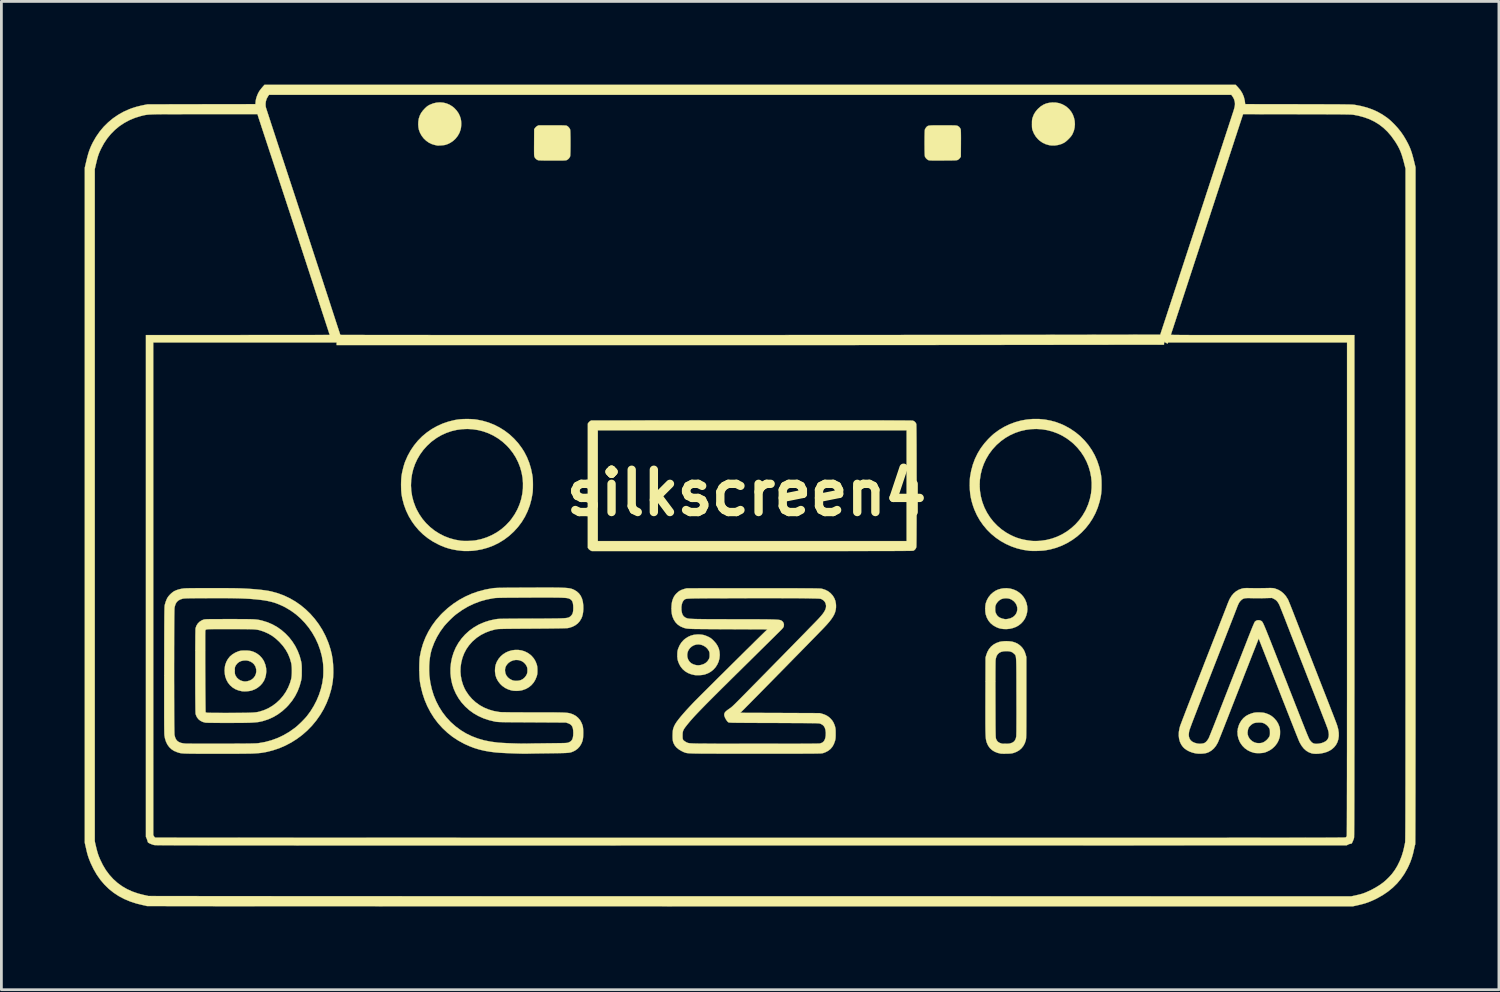
<source format=kicad_pcb>
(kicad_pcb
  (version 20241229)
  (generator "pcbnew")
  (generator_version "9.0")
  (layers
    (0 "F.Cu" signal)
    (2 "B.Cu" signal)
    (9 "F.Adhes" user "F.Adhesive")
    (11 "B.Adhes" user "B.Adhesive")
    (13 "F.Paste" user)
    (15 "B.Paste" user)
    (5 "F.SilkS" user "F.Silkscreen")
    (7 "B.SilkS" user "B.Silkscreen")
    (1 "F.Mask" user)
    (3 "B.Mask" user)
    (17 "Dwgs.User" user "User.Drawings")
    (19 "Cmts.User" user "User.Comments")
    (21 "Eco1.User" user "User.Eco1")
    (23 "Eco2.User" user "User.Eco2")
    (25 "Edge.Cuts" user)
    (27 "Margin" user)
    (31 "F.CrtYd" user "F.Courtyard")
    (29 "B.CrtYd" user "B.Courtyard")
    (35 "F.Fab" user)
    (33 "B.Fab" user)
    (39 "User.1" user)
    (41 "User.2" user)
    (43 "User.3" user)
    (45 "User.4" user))
  (footprint "silkscreen4"
    (layer "F.Cu")
    (at 23.849 14.711)
    (property "Reference" "silkscreen4" (at 0 0 0) (layer "F.SilkS") (effects (font (size 1.524 1.524) (thickness 0.3))))
    (attr through_hole)
    (fp_poly (pts (xy -10.923 -14.062) (xy -10.805 -14.032) (xy -10.693 -13.984) (xy -10.589 -13.918) (xy -10.526 -13.865) (xy -10.443 -13.775) (xy -10.377 -13.681) (xy -10.328 -13.578) (xy -10.296 -13.478) (xy -10.284 -13.409) (xy -10.278 -13.327) (xy -10.28 -13.241) (xy -10.288 -13.158) (xy -10.301 -13.093) (xy -10.342 -12.977) (xy -10.402 -12.869) (xy -10.478 -12.771) (xy -10.567 -12.687) (xy -10.669 -12.617) (xy -10.781 -12.564) (xy -10.851 -12.541) (xy -10.886 -12.534) (xy -10.933 -12.528) (xy -10.987 -12.523) (xy -11.042 -12.519) (xy -11.093 -12.518) (xy -11.133 -12.518) (xy -11.154 -12.521) (xy -11.177 -12.525) (xy -11.21 -12.533) (xy -11.231 -12.537) (xy -11.341 -12.57) (xy -11.446 -12.621) (xy -11.542 -12.689) (xy -11.629 -12.771) (xy -11.702 -12.865) (xy -11.761 -12.969) (xy -11.803 -13.081) (xy -11.806 -13.093) (xy -11.822 -13.181) (xy -11.829 -13.278) (xy -11.825 -13.376) (xy -11.812 -13.467) (xy -11.807 -13.492) (xy -11.772 -13.596) (xy -11.724 -13.69) (xy -11.66 -13.778) (xy -11.599 -13.844) (xy -11.551 -13.891) (xy -11.511 -13.926) (xy -11.472 -13.953) (xy -11.429 -13.977) (xy -11.413 -13.985) (xy -11.292 -14.034) (xy -11.168 -14.063) (xy -11.045 -14.072) (xy -10.923 -14.062)) (stroke (width 0.01) (type solid)) (fill yes) (layer "F.SilkS"))
    (fp_poly (pts (xy 11.147 -14.065) (xy 11.269 -14.043) (xy 11.384 -14.001) (xy 11.494 -13.939) (xy 11.539 -13.907) (xy 11.627 -13.827) (xy 11.701 -13.735) (xy 11.759 -13.632) (xy 11.8 -13.521) (xy 11.826 -13.405) (xy 11.834 -13.286) (xy 11.824 -13.167) (xy 11.797 -13.05) (xy 11.751 -12.938) (xy 11.729 -12.898) (xy 11.699 -12.854) (xy 11.657 -12.804) (xy 11.606 -12.751) (xy 11.553 -12.7) (xy 11.502 -12.656) (xy 11.458 -12.625) (xy 11.454 -12.622) (xy 11.345 -12.57) (xy 11.227 -12.536) (xy 11.105 -12.518) (xy 10.982 -12.52) (xy 10.904 -12.531) (xy 10.781 -12.566) (xy 10.667 -12.62) (xy 10.563 -12.693) (xy 10.508 -12.743) (xy 10.425 -12.839) (xy 10.359 -12.947) (xy 10.316 -13.049) (xy 10.304 -13.084) (xy 10.296 -13.114) (xy 10.291 -13.145) (xy 10.288 -13.181) (xy 10.287 -13.227) (xy 10.286 -13.29) (xy 10.287 -13.293) (xy 10.287 -13.357) (xy 10.288 -13.405) (xy 10.292 -13.442) (xy 10.297 -13.474) (xy 10.305 -13.506) (xy 10.315 -13.536) (xy 10.355 -13.636) (xy 10.407 -13.724) (xy 10.474 -13.807) (xy 10.508 -13.843) (xy 10.602 -13.926) (xy 10.699 -13.988) (xy 10.803 -14.032) (xy 10.916 -14.058) (xy 11.017 -14.068) (xy 11.147 -14.065)) (stroke (width 0.01) (type solid)) (fill yes) (layer "F.SilkS"))
    (fp_poly (pts (xy -6.881 -13.245) (xy -6.779 -13.245) (xy -6.696 -13.244) (xy -6.629 -13.243) (xy -6.576 -13.241) (xy -6.536 -13.24) (xy -6.507 -13.237) (xy -6.487 -13.234) (xy -6.477 -13.231) (xy -6.44 -13.208) (xy -6.402 -13.171) (xy -6.371 -13.129) (xy -6.353 -13.09) (xy -6.351 -13.069) (xy -6.348 -13.029) (xy -6.346 -12.975) (xy -6.345 -12.907) (xy -6.343 -12.829) (xy -6.342 -12.745) (xy -6.342 -12.656) (xy -6.342 -12.566) (xy -6.342 -12.477) (xy -6.343 -12.392) (xy -6.344 -12.315) (xy -6.346 -12.247) (xy -6.348 -12.192) (xy -6.35 -12.152) (xy -6.353 -12.131) (xy -6.353 -12.131) (xy -6.376 -12.083) (xy -6.412 -12.038) (xy -6.458 -12.003) (xy -6.474 -11.994) (xy -6.486 -11.99) (xy -6.499 -11.986) (xy -6.517 -11.983) (xy -6.54 -11.981) (xy -6.571 -11.979) (xy -6.613 -11.977) (xy -6.666 -11.977) (xy -6.733 -11.976) (xy -6.817 -11.976) (xy -6.918 -11.976) (xy -6.998 -11.976) (xy -7.125 -11.976) (xy -7.235 -11.977) (xy -7.329 -11.978) (xy -7.404 -11.98) (xy -7.46 -11.982) (xy -7.497 -11.985) (xy -7.512 -11.988) (xy -7.569 -12.018) (xy -7.615 -12.064) (xy -7.633 -12.095) (xy -7.638 -12.106) (xy -7.643 -12.118) (xy -7.646 -12.132) (xy -7.649 -12.151) (xy -7.651 -12.176) (xy -7.653 -12.209) (xy -7.653 -12.252) (xy -7.654 -12.308) (xy -7.654 -12.377) (xy -7.654 -12.464) (xy -7.653 -12.568) (xy -7.653 -12.624) (xy -7.65 -13.106) (xy -7.618 -13.151) (xy -7.589 -13.184) (xy -7.553 -13.213) (xy -7.539 -13.221) (xy -7.493 -13.245) (xy -7.002 -13.245) (xy -6.881 -13.245)) (stroke (width 0.01) (type solid)) (fill yes) (layer "F.SilkS"))
    (fp_poly (pts (xy 7.074 -13.245) (xy 7.19 -13.245) (xy 7.286 -13.245) (xy 7.365 -13.244) (xy 7.429 -13.243) (xy 7.479 -13.242) (xy 7.518 -13.241) (xy 7.547 -13.239) (xy 7.569 -13.236) (xy 7.586 -13.233) (xy 7.599 -13.229) (xy 7.608 -13.225) (xy 7.659 -13.192) (xy 7.698 -13.145) (xy 7.719 -13.099) (xy 7.722 -13.077) (xy 7.724 -13.034) (xy 7.726 -12.971) (xy 7.727 -12.888) (xy 7.728 -12.783) (xy 7.727 -12.658) (xy 7.727 -12.587) (xy 7.724 -12.114) (xy 7.692 -12.069) (xy 7.664 -12.037) (xy 7.631 -12.01) (xy 7.618 -12.002) (xy 7.607 -11.997) (xy 7.596 -11.993) (xy 7.582 -11.989) (xy 7.563 -11.986) (xy 7.537 -11.984) (xy 7.502 -11.982) (xy 7.457 -11.981) (xy 7.4 -11.98) (xy 7.327 -11.979) (xy 7.239 -11.978) (xy 7.131 -11.978) (xy 7.083 -11.977) (xy 6.968 -11.977) (xy 6.871 -11.977) (xy 6.792 -11.977) (xy 6.728 -11.977) (xy 6.678 -11.978) (xy 6.639 -11.979) (xy 6.61 -11.981) (xy 6.588 -11.983) (xy 6.571 -11.986) (xy 6.559 -11.99) (xy 6.548 -11.994) (xy 6.502 -12.025) (xy 6.461 -12.067) (xy 6.433 -12.114) (xy 6.427 -12.131) (xy 6.425 -12.152) (xy 6.422 -12.191) (xy 6.42 -12.246) (xy 6.419 -12.313) (xy 6.417 -12.391) (xy 6.417 -12.476) (xy 6.416 -12.564) (xy 6.416 -12.655) (xy 6.417 -12.744) (xy 6.417 -12.828) (xy 6.419 -12.906) (xy 6.42 -12.974) (xy 6.422 -13.029) (xy 6.425 -13.068) (xy 6.427 -13.09) (xy 6.428 -13.09) (xy 6.442 -13.122) (xy 6.465 -13.158) (xy 6.475 -13.171) (xy 6.49 -13.188) (xy 6.504 -13.202) (xy 6.519 -13.213) (xy 6.535 -13.222) (xy 6.557 -13.23) (xy 6.584 -13.235) (xy 6.621 -13.239) (xy 6.667 -13.242) (xy 6.725 -13.244) (xy 6.798 -13.245) (xy 6.886 -13.245) (xy 6.993 -13.245) (xy 7.074 -13.245)) (stroke (width 0.01) (type solid)) (fill yes) (layer "F.SilkS"))
    (fp_poly (pts (xy -8.22 5.659) (xy -8.106 5.676) (xy -7.995 5.71) (xy -7.889 5.762) (xy -7.791 5.83) (xy -7.74 5.876) (xy -7.663 5.966) (xy -7.603 6.067) (xy -7.563 6.167) (xy -7.551 6.207) (xy -7.543 6.243) (xy -7.538 6.281) (xy -7.535 6.328) (xy -7.534 6.389) (xy -7.534 6.39) (xy -7.534 6.452) (xy -7.536 6.5) (xy -7.541 6.539) (xy -7.549 6.575) (xy -7.558 6.607) (xy -7.606 6.727) (xy -7.669 6.833) (xy -7.748 6.925) (xy -7.84 7.001) (xy -7.946 7.062) (xy -8.065 7.105) (xy -8.123 7.119) (xy -8.205 7.131) (xy -8.296 7.135) (xy -8.385 7.131) (xy -8.46 7.12) (xy -8.583 7.083) (xy -8.695 7.029) (xy -8.797 6.958) (xy -8.874 6.884) (xy -8.95 6.787) (xy -9.007 6.683) (xy -9.044 6.572) (xy -9.061 6.451) (xy -9.063 6.396) (xy -9.061 6.365) (xy -8.701 6.365) (xy -8.701 6.416) (xy -8.686 6.502) (xy -8.652 6.579) (xy -8.601 6.646) (xy -8.533 6.702) (xy -8.451 6.745) (xy -8.422 6.756) (xy -8.352 6.77) (xy -8.274 6.772) (xy -8.195 6.763) (xy -8.129 6.745) (xy -8.059 6.708) (xy -7.996 6.655) (xy -7.946 6.591) (xy -7.924 6.552) (xy -7.908 6.513) (xy -7.899 6.479) (xy -7.895 6.44) (xy -7.894 6.395) (xy -7.895 6.344) (xy -7.9 6.307) (xy -7.909 6.273) (xy -7.921 6.245) (xy -7.968 6.168) (xy -8.03 6.106) (xy -8.105 6.059) (xy -8.193 6.029) (xy -8.219 6.024) (xy -8.31 6.019) (xy -8.4 6.033) (xy -8.485 6.066) (xy -8.562 6.115) (xy -8.606 6.157) (xy -8.657 6.223) (xy -8.688 6.291) (xy -8.701 6.365) (xy -9.061 6.365) (xy -9.057 6.291) (xy -9.038 6.196) (xy -9.005 6.106) (xy -8.993 6.081) (xy -8.931 5.977) (xy -8.854 5.887) (xy -8.766 5.811) (xy -8.668 5.75) (xy -8.562 5.704) (xy -8.45 5.673) (xy -8.336 5.658) (xy -8.22 5.659)) (stroke (width 0.01) (type solid)) (fill yes) (layer "F.SilkS"))
    (fp_poly (pts (xy 9.497 3.447) (xy 9.614 3.478) (xy 9.725 3.526) (xy 9.825 3.59) (xy 9.915 3.668) (xy 9.99 3.76) (xy 10.043 3.849) (xy 10.089 3.963) (xy 10.115 4.08) (xy 10.122 4.197) (xy 10.11 4.311) (xy 10.081 4.421) (xy 10.036 4.525) (xy 9.973 4.62) (xy 9.896 4.705) (xy 9.803 4.778) (xy 9.716 4.827) (xy 9.608 4.868) (xy 9.491 4.896) (xy 9.369 4.908) (xy 9.25 4.904) (xy 9.233 4.902) (xy 9.161 4.891) (xy 9.1 4.876) (xy 9.039 4.853) (xy 8.984 4.828) (xy 8.88 4.767) (xy 8.791 4.691) (xy 8.719 4.602) (xy 8.662 4.498) (xy 8.622 4.383) (xy 8.611 4.326) (xy 8.604 4.255) (xy 8.603 4.182) (xy 8.963 4.182) (xy 8.964 4.234) (xy 8.967 4.271) (xy 8.974 4.302) (xy 8.986 4.333) (xy 8.99 4.341) (xy 9.01 4.38) (xy 9.033 4.416) (xy 9.046 4.433) (xy 9.09 4.472) (xy 9.151 4.505) (xy 9.224 4.531) (xy 9.306 4.548) (xy 9.333 4.551) (xy 9.348 4.55) (xy 9.378 4.547) (xy 9.416 4.542) (xy 9.417 4.542) (xy 9.508 4.52) (xy 9.588 4.482) (xy 9.655 4.431) (xy 9.707 4.367) (xy 9.742 4.294) (xy 9.759 4.211) (xy 9.759 4.209) (xy 9.756 4.125) (xy 9.733 4.044) (xy 9.693 3.971) (xy 9.636 3.906) (xy 9.566 3.854) (xy 9.5 3.821) (xy 9.43 3.803) (xy 9.351 3.797) (xy 9.271 3.803) (xy 9.201 3.82) (xy 9.198 3.821) (xy 9.128 3.859) (xy 9.065 3.912) (xy 9.014 3.977) (xy 8.993 4.015) (xy 8.979 4.05) (xy 8.969 4.081) (xy 8.965 4.115) (xy 8.963 4.16) (xy 8.963 4.182) (xy 8.603 4.182) (xy 8.602 4.177) (xy 8.605 4.1) (xy 8.612 4.03) (xy 8.621 3.981) (xy 8.663 3.864) (xy 8.722 3.758) (xy 8.797 3.665) (xy 8.808 3.653) (xy 8.895 3.578) (xy 8.984 3.52) (xy 9.08 3.478) (xy 9.188 3.45) (xy 9.251 3.44) (xy 9.375 3.434) (xy 9.497 3.447)) (stroke (width 0.01) (type solid)) (fill yes) (layer "F.SilkS"))
    (fp_poly (pts (xy -17.974 5.682) (xy -17.899 5.69) (xy -17.833 5.703) (xy -17.768 5.725) (xy -17.699 5.757) (xy -17.676 5.768) (xy -17.6 5.817) (xy -17.525 5.881) (xy -17.458 5.956) (xy -17.404 6.035) (xy -17.387 6.067) (xy -17.338 6.189) (xy -17.31 6.312) (xy -17.303 6.437) (xy -17.318 6.564) (xy -17.342 6.66) (xy -17.385 6.764) (xy -17.446 6.859) (xy -17.523 6.945) (xy -17.613 7.018) (xy -17.714 7.077) (xy -17.823 7.119) (xy -17.846 7.126) (xy -17.919 7.14) (xy -18.001 7.149) (xy -18.083 7.153) (xy -18.157 7.15) (xy -18.184 7.146) (xy -18.308 7.117) (xy -18.422 7.071) (xy -18.523 7.008) (xy -18.61 6.93) (xy -18.684 6.837) (xy -18.742 6.73) (xy -18.783 6.612) (xy -18.783 6.609) (xy -18.797 6.532) (xy -18.804 6.443) (xy -18.804 6.406) (xy -18.439 6.406) (xy -18.438 6.46) (xy -18.436 6.499) (xy -18.432 6.528) (xy -18.424 6.553) (xy -18.413 6.58) (xy -18.409 6.587) (xy -18.363 6.658) (xy -18.301 6.716) (xy -18.228 6.76) (xy -18.145 6.786) (xy -18.145 6.786) (xy -18.098 6.794) (xy -18.058 6.795) (xy -18.015 6.791) (xy -17.983 6.786) (xy -17.896 6.76) (xy -17.821 6.719) (xy -17.759 6.664) (xy -17.711 6.598) (xy -17.679 6.524) (xy -17.664 6.444) (xy -17.666 6.36) (xy -17.688 6.276) (xy -17.703 6.241) (xy -17.747 6.174) (xy -17.806 6.119) (xy -17.878 6.076) (xy -17.959 6.048) (xy -18.023 6.038) (xy -18.12 6.04) (xy -18.208 6.059) (xy -18.286 6.095) (xy -18.351 6.148) (xy -18.403 6.217) (xy -18.41 6.231) (xy -18.423 6.256) (xy -18.431 6.279) (xy -18.436 6.305) (xy -18.438 6.341) (xy -18.439 6.391) (xy -18.439 6.406) (xy -18.804 6.406) (xy -18.803 6.35) (xy -18.795 6.263) (xy -18.783 6.2) (xy -18.743 6.087) (xy -18.686 5.985) (xy -18.613 5.894) (xy -18.523 5.818) (xy -18.419 5.755) (xy -18.302 5.707) (xy -18.296 5.705) (xy -18.26 5.695) (xy -18.226 5.688) (xy -18.188 5.683) (xy -18.142 5.681) (xy -18.082 5.68) (xy -18.063 5.68) (xy -17.974 5.682)) (stroke (width 0.01) (type solid)) (fill yes) (layer "F.SilkS"))
    (fp_poly (pts (xy -1.645 5.104) (xy -1.56 5.117) (xy -1.478 5.141) (xy -1.391 5.178) (xy -1.377 5.184) (xy -1.33 5.209) (xy -1.291 5.232) (xy -1.256 5.259) (xy -1.217 5.294) (xy -1.181 5.33) (xy -1.099 5.422) (xy -1.038 5.518) (xy -0.995 5.618) (xy -0.971 5.726) (xy -0.963 5.839) (xy -0.974 5.96) (xy -1.003 6.076) (xy -1.051 6.183) (xy -1.114 6.282) (xy -1.193 6.369) (xy -1.285 6.442) (xy -1.389 6.501) (xy -1.503 6.543) (xy -1.525 6.548) (xy -1.584 6.559) (xy -1.654 6.566) (xy -1.729 6.57) (xy -1.801 6.57) (xy -1.861 6.565) (xy -1.868 6.564) (xy -1.994 6.535) (xy -2.109 6.49) (xy -2.21 6.429) (xy -2.298 6.353) (xy -2.37 6.264) (xy -2.418 6.181) (xy -2.448 6.113) (xy -2.469 6.055) (xy -2.483 5.999) (xy -2.49 5.938) (xy -2.493 5.865) (xy -2.493 5.834) (xy -2.492 5.806) (xy -2.134 5.806) (xy -2.134 5.89) (xy -2.129 5.92) (xy -2.102 6.004) (xy -2.058 6.075) (xy -1.999 6.132) (xy -1.924 6.174) (xy -1.842 6.2) (xy -1.784 6.211) (xy -1.733 6.213) (xy -1.679 6.207) (xy -1.64 6.2) (xy -1.548 6.171) (xy -1.47 6.127) (xy -1.407 6.069) (xy -1.359 5.997) (xy -1.358 5.994) (xy -1.343 5.961) (xy -1.335 5.932) (xy -1.33 5.897) (xy -1.329 5.851) (xy -1.329 5.839) (xy -1.33 5.79) (xy -1.333 5.755) (xy -1.341 5.727) (xy -1.353 5.698) (xy -1.359 5.687) (xy -1.408 5.614) (xy -1.472 5.553) (xy -1.547 5.506) (xy -1.629 5.474) (xy -1.715 5.459) (xy -1.802 5.464) (xy -1.805 5.464) (xy -1.891 5.489) (xy -1.966 5.53) (xy -2.03 5.585) (xy -2.081 5.651) (xy -2.116 5.725) (xy -2.134 5.806) (xy -2.492 5.806) (xy -2.492 5.774) (xy -2.489 5.729) (xy -2.484 5.692) (xy -2.475 5.657) (xy -2.463 5.617) (xy -2.412 5.497) (xy -2.346 5.392) (xy -2.266 5.303) (xy -2.211 5.257) (xy -2.108 5.189) (xy -2.003 5.142) (xy -1.893 5.113) (xy -1.774 5.101) (xy -1.742 5.1) (xy -1.645 5.104)) (stroke (width 0.01) (type solid)) (fill yes) (layer "F.SilkS"))
    (fp_poly (pts (xy 18.497 7.911) (xy 18.559 7.914) (xy 18.607 7.918) (xy 18.647 7.924) (xy 18.683 7.933) (xy 18.724 7.946) (xy 18.732 7.948) (xy 18.82 7.983) (xy 18.895 8.023) (xy 18.963 8.073) (xy 19.027 8.132) (xy 19.104 8.222) (xy 19.164 8.325) (xy 19.207 8.436) (xy 19.212 8.454) (xy 19.221 8.51) (xy 19.227 8.579) (xy 19.227 8.653) (xy 19.224 8.725) (xy 19.215 8.788) (xy 19.212 8.801) (xy 19.175 8.916) (xy 19.12 9.022) (xy 19.047 9.118) (xy 18.959 9.203) (xy 18.858 9.274) (xy 18.745 9.329) (xy 18.703 9.345) (xy 18.66 9.358) (xy 18.62 9.367) (xy 18.576 9.372) (xy 18.521 9.376) (xy 18.486 9.377) (xy 18.397 9.377) (xy 18.327 9.372) (xy 18.29 9.366) (xy 18.167 9.327) (xy 18.054 9.271) (xy 17.954 9.199) (xy 17.868 9.112) (xy 17.797 9.011) (xy 17.771 8.963) (xy 17.724 8.845) (xy 17.698 8.725) (xy 17.693 8.611) (xy 18.056 8.611) (xy 18.059 8.697) (xy 18.083 8.778) (xy 18.126 8.852) (xy 18.16 8.892) (xy 18.23 8.951) (xy 18.304 8.991) (xy 18.385 9.013) (xy 18.477 9.018) (xy 18.481 9.017) (xy 18.539 9.013) (xy 18.586 9.002) (xy 18.627 8.986) (xy 18.689 8.949) (xy 18.749 8.899) (xy 18.802 8.84) (xy 18.831 8.796) (xy 18.846 8.768) (xy 18.855 8.744) (xy 18.86 8.716) (xy 18.862 8.679) (xy 18.862 8.634) (xy 18.861 8.583) (xy 18.859 8.547) (xy 18.853 8.519) (xy 18.843 8.494) (xy 18.834 8.474) (xy 18.794 8.417) (xy 18.74 8.363) (xy 18.678 8.319) (xy 18.637 8.299) (xy 18.604 8.288) (xy 18.571 8.28) (xy 18.532 8.276) (xy 18.481 8.275) (xy 18.46 8.275) (xy 18.379 8.278) (xy 18.313 8.289) (xy 18.258 8.309) (xy 18.208 8.34) (xy 18.158 8.384) (xy 18.156 8.386) (xy 18.123 8.421) (xy 18.1 8.453) (xy 18.084 8.489) (xy 18.073 8.523) (xy 18.056 8.611) (xy 17.693 8.611) (xy 17.693 8.605) (xy 17.708 8.484) (xy 17.745 8.364) (xy 17.771 8.306) (xy 17.833 8.202) (xy 17.907 8.114) (xy 17.996 8.041) (xy 18.099 7.984) (xy 18.218 7.94) (xy 18.263 7.928) (xy 18.307 7.919) (xy 18.348 7.913) (xy 18.392 7.91) (xy 18.445 7.91) (xy 18.497 7.911)) (stroke (width 0.01) (type solid)) (fill yes) (layer "F.SilkS"))
    (fp_poly (pts (xy 2.941 -2.613) (xy 3.256 -2.613) (xy 3.553 -2.613) (xy 3.831 -2.613) (xy 4.091 -2.613) (xy 4.333 -2.612) (xy 4.557 -2.612) (xy 4.764 -2.612) (xy 4.954 -2.611) (xy 5.126 -2.611) (xy 5.283 -2.611) (xy 5.422 -2.61) (xy 5.546 -2.609) (xy 5.655 -2.609) (xy 5.747 -2.608) (xy 5.825 -2.608) (xy 5.888 -2.607) (xy 5.936 -2.606) (xy 5.97 -2.605) (xy 5.99 -2.604) (xy 5.996 -2.604) (xy 6.044 -2.581) (xy 6.086 -2.543) (xy 6.114 -2.496) (xy 6.119 -2.482) (xy 6.12 -2.467) (xy 6.121 -2.432) (xy 6.122 -2.378) (xy 6.123 -2.306) (xy 6.124 -2.218) (xy 6.125 -2.115) (xy 6.126 -1.999) (xy 6.127 -1.869) (xy 6.128 -1.728) (xy 6.128 -1.577) (xy 6.129 -1.417) (xy 6.129 -1.249) (xy 6.13 -1.075) (xy 6.13 -0.895) (xy 6.13 -0.711) (xy 6.131 -0.524) (xy 6.131 -0.336) (xy 6.131 -0.147) (xy 6.131 0.042) (xy 6.131 0.228) (xy 6.13 0.411) (xy 6.13 0.59) (xy 6.13 0.763) (xy 6.129 0.93) (xy 6.129 1.088) (xy 6.128 1.237) (xy 6.127 1.376) (xy 6.127 1.503) (xy 6.126 1.617) (xy 6.125 1.717) (xy 6.124 1.801) (xy 6.123 1.869) (xy 6.122 1.919) (xy 6.12 1.951) (xy 6.119 1.961) (xy 6.097 2.009) (xy 6.062 2.052) (xy 6.021 2.08) (xy 6.017 2.082) (xy 6.012 2.083) (xy 6.002 2.084) (xy 5.985 2.085) (xy 5.963 2.086) (xy 5.934 2.087) (xy 5.897 2.088) (xy 5.852 2.088) (xy 5.8 2.089) (xy 5.738 2.09) (xy 5.667 2.09) (xy 5.587 2.091) (xy 5.496 2.092) (xy 5.395 2.092) (xy 5.282 2.093) (xy 5.158 2.093) (xy 5.022 2.093) (xy 4.872 2.094) (xy 4.71 2.094) (xy 4.534 2.094) (xy 4.344 2.095) (xy 4.139 2.095) (xy 3.919 2.095) (xy 3.684 2.095) (xy 3.432 2.096) (xy 3.164 2.096) (xy 2.879 2.096) (xy 2.576 2.096) (xy 2.255 2.096) (xy 1.916 2.096) (xy 1.557 2.096) (xy 1.179 2.096) (xy 0.781 2.096) (xy 0.363 2.096) (xy -5.575 2.096) (xy -5.622 2.073) (xy -5.656 2.05) (xy -5.686 2.023) (xy -5.693 2.013) (xy -5.717 1.977) (xy -5.717 -2.255) (xy -5.357 -2.255) (xy -5.357 1.736) (xy 5.77 1.736) (xy 5.77 -2.255) (xy -5.357 -2.255) (xy -5.717 -2.255) (xy -5.717 -2.496) (xy -5.694 -2.531) (xy -5.667 -2.561) (xy -5.636 -2.586) (xy -5.633 -2.588) (xy -5.596 -2.61) (xy 0.179 -2.613) (xy 0.635 -2.613) (xy 1.069 -2.613) (xy 1.484 -2.613) (xy 1.878 -2.613) (xy 2.252 -2.613) (xy 2.606 -2.613) (xy 2.941 -2.613)) (stroke (width 0.01) (type solid)) (fill yes) (layer "F.SilkS"))
    (fp_poly (pts (xy -10.015 -2.662) (xy -9.909 -2.658) (xy -9.811 -2.652) (xy -9.736 -2.643) (xy -9.515 -2.6) (xy -9.301 -2.538) (xy -9.096 -2.457) (xy -8.9 -2.357) (xy -8.714 -2.241) (xy -8.539 -2.108) (xy -8.378 -1.958) (xy -8.229 -1.794) (xy -8.096 -1.615) (xy -8.009 -1.478) (xy -7.911 -1.288) (xy -7.829 -1.086) (xy -7.765 -0.872) (xy -7.718 -0.646) (xy -7.707 -0.572) (xy -7.702 -0.518) (xy -7.698 -0.449) (xy -7.696 -0.369) (xy -7.695 -0.285) (xy -7.696 -0.2) (xy -7.698 -0.121) (xy -7.702 -0.052) (xy -7.707 0) (xy -7.749 0.231) (xy -7.809 0.452) (xy -7.888 0.662) (xy -7.984 0.861) (xy -8.099 1.05) (xy -8.232 1.227) (xy -8.383 1.393) (xy -8.387 1.397) (xy -8.553 1.549) (xy -8.731 1.683) (xy -8.92 1.799) (xy -9.118 1.897) (xy -9.325 1.975) (xy -9.54 2.035) (xy -9.762 2.074) (xy -9.862 2.086) (xy -9.931 2.09) (xy -10.008 2.093) (xy -10.087 2.094) (xy -10.161 2.094) (xy -10.223 2.091) (xy -10.238 2.089) (xy -10.413 2.069) (xy -10.572 2.041) (xy -10.719 2.006) (xy -10.861 1.961) (xy -11.002 1.905) (xy -11.101 1.859) (xy -11.301 1.752) (xy -11.486 1.63) (xy -11.655 1.494) (xy -11.811 1.342) (xy -11.953 1.173) (xy -12.054 1.032) (xy -12.168 0.842) (xy -12.264 0.642) (xy -12.341 0.432) (xy -12.4 0.211) (xy -12.427 0.069) (xy -12.435 -0.003) (xy -12.442 -0.091) (xy -12.445 -0.189) (xy -12.446 -0.27) (xy -12.09 -0.27) (xy -12.079 -0.074) (xy -12.048 0.123) (xy -11.997 0.317) (xy -11.926 0.508) (xy -11.885 0.598) (xy -11.786 0.776) (xy -11.672 0.942) (xy -11.542 1.095) (xy -11.397 1.234) (xy -11.241 1.358) (xy -11.072 1.465) (xy -10.894 1.557) (xy -10.706 1.63) (xy -10.511 1.685) (xy -10.31 1.721) (xy -10.269 1.726) (xy -10.203 1.73) (xy -10.123 1.732) (xy -10.036 1.731) (xy -9.946 1.727) (xy -9.861 1.721) (xy -9.788 1.714) (xy -9.762 1.71) (xy -9.557 1.666) (xy -9.361 1.603) (xy -9.174 1.521) (xy -8.996 1.422) (xy -8.83 1.306) (xy -8.677 1.173) (xy -8.536 1.024) (xy -8.468 0.939) (xy -8.352 0.77) (xy -8.255 0.594) (xy -8.177 0.411) (xy -8.118 0.224) (xy -8.078 0.033) (xy -8.056 -0.159) (xy -8.054 -0.353) (xy -8.069 -0.545) (xy -8.104 -0.736) (xy -8.156 -0.922) (xy -8.227 -1.104) (xy -8.316 -1.28) (xy -8.423 -1.448) (xy -8.548 -1.607) (xy -8.644 -1.71) (xy -8.796 -1.848) (xy -8.958 -1.967) (xy -9.128 -2.069) (xy -9.305 -2.152) (xy -9.488 -2.217) (xy -9.675 -2.264) (xy -9.866 -2.293) (xy -10.058 -2.304) (xy -10.25 -2.296) (xy -10.441 -2.27) (xy -10.629 -2.226) (xy -10.814 -2.162) (xy -10.993 -2.081) (xy -11.166 -1.98) (xy -11.33 -1.861) (xy -11.361 -1.836) (xy -11.512 -1.696) (xy -11.647 -1.545) (xy -11.764 -1.383) (xy -11.864 -1.212) (xy -11.946 -1.033) (xy -12.01 -0.849) (xy -12.055 -0.659) (xy -12.082 -0.466) (xy -12.09 -0.27) (xy -12.446 -0.27) (xy -12.447 -0.292) (xy -12.445 -0.394) (xy -12.441 -0.491) (xy -12.434 -0.577) (xy -12.426 -0.641) (xy -12.409 -0.734) (xy -12.386 -0.834) (xy -12.361 -0.935) (xy -12.334 -1.028) (xy -12.307 -1.109) (xy -12.3 -1.128) (xy -12.209 -1.335) (xy -12.101 -1.531) (xy -11.977 -1.713) (xy -11.839 -1.882) (xy -11.686 -2.037) (xy -11.519 -2.176) (xy -11.34 -2.3) (xy -11.149 -2.407) (xy -10.948 -2.498) (xy -10.737 -2.57) (xy -10.516 -2.624) (xy -10.408 -2.643) (xy -10.326 -2.652) (xy -10.23 -2.659) (xy -10.124 -2.662) (xy -10.015 -2.662)) (stroke (width 0.01) (type solid)) (fill yes) (layer "F.SilkS"))
    (fp_poly (pts (xy 10.535 -2.663) (xy 10.75 -2.643) (xy 10.963 -2.603) (xy 11.173 -2.544) (xy 11.378 -2.465) (xy 11.475 -2.419) (xy 11.671 -2.31) (xy 11.854 -2.186) (xy 12.024 -2.046) (xy 12.178 -1.892) (xy 12.318 -1.726) (xy 12.441 -1.547) (xy 12.548 -1.358) (xy 12.636 -1.159) (xy 12.706 -0.951) (xy 12.721 -0.895) (xy 12.745 -0.797) (xy 12.763 -0.711) (xy 12.777 -0.631) (xy 12.786 -0.551) (xy 12.792 -0.467) (xy 12.794 -0.371) (xy 12.795 -0.286) (xy 12.794 -0.176) (xy 12.791 -0.082) (xy 12.784 0.002) (xy 12.774 0.082) (xy 12.759 0.163) (xy 12.739 0.252) (xy 12.721 0.324) (xy 12.656 0.534) (xy 12.572 0.735) (xy 12.471 0.926) (xy 12.353 1.106) (xy 12.221 1.273) (xy 12.073 1.429) (xy 11.913 1.57) (xy 11.74 1.696) (xy 11.556 1.807) (xy 11.363 1.901) (xy 11.16 1.978) (xy 10.948 2.036) (xy 10.766 2.07) (xy 10.701 2.078) (xy 10.621 2.084) (xy 10.533 2.088) (xy 10.442 2.091) (xy 10.353 2.092) (xy 10.273 2.09) (xy 10.206 2.087) (xy 10.191 2.085) (xy 9.97 2.052) (xy 9.755 2) (xy 9.548 1.929) (xy 9.351 1.841) (xy 9.163 1.736) (xy 8.986 1.615) (xy 8.82 1.478) (xy 8.668 1.328) (xy 8.53 1.163) (xy 8.407 0.987) (xy 8.3 0.798) (xy 8.21 0.598) (xy 8.164 0.469) (xy 8.118 0.316) (xy 8.084 0.171) (xy 8.061 0.027) (xy 8.048 -0.122) (xy 8.044 -0.27) (xy 8.402 -0.27) (xy 8.413 -0.071) (xy 8.445 0.127) (xy 8.497 0.324) (xy 8.502 0.339) (xy 8.575 0.531) (xy 8.668 0.713) (xy 8.777 0.884) (xy 8.902 1.043) (xy 9.043 1.188) (xy 9.197 1.319) (xy 9.365 1.434) (xy 9.513 1.516) (xy 9.631 1.572) (xy 9.747 1.618) (xy 9.866 1.655) (xy 9.992 1.686) (xy 10.13 1.71) (xy 10.275 1.73) (xy 10.33 1.733) (xy 10.399 1.735) (xy 10.476 1.733) (xy 10.553 1.729) (xy 10.604 1.725) (xy 10.806 1.696) (xy 11.003 1.647) (xy 11.192 1.579) (xy 11.373 1.493) (xy 11.544 1.39) (xy 11.704 1.27) (xy 11.852 1.136) (xy 11.986 0.987) (xy 12.105 0.824) (xy 12.208 0.649) (xy 12.234 0.598) (xy 12.315 0.409) (xy 12.375 0.216) (xy 12.416 0.021) (xy 12.436 -0.176) (xy 12.438 -0.372) (xy 12.42 -0.567) (xy 12.383 -0.758) (xy 12.328 -0.946) (xy 12.255 -1.127) (xy 12.164 -1.302) (xy 12.055 -1.468) (xy 11.928 -1.625) (xy 11.785 -1.771) (xy 11.71 -1.836) (xy 11.547 -1.959) (xy 11.376 -2.063) (xy 11.198 -2.148) (xy 11.014 -2.215) (xy 10.827 -2.263) (xy 10.636 -2.293) (xy 10.444 -2.304) (xy 10.252 -2.297) (xy 10.061 -2.271) (xy 9.873 -2.228) (xy 9.689 -2.166) (xy 9.51 -2.086) (xy 9.339 -1.988) (xy 9.175 -1.871) (xy 9.021 -1.737) (xy 8.994 -1.71) (xy 8.857 -1.559) (xy 8.737 -1.396) (xy 8.635 -1.224) (xy 8.551 -1.044) (xy 8.485 -0.857) (xy 8.438 -0.665) (xy 8.41 -0.469) (xy 8.402 -0.27) (xy 8.044 -0.27) (xy 8.044 -0.284) (xy 8.044 -0.286) (xy 8.045 -0.356) (xy 8.047 -0.426) (xy 8.049 -0.49) (xy 8.053 -0.543) (xy 8.056 -0.572) (xy 8.097 -0.801) (xy 8.156 -1.019) (xy 8.233 -1.226) (xy 8.328 -1.422) (xy 8.44 -1.608) (xy 8.572 -1.784) (xy 8.708 -1.936) (xy 8.758 -1.986) (xy 8.81 -2.037) (xy 8.86 -2.083) (xy 8.903 -2.121) (xy 8.92 -2.136) (xy 9.099 -2.267) (xy 9.288 -2.38) (xy 9.484 -2.474) (xy 9.687 -2.55) (xy 9.895 -2.607) (xy 10.106 -2.644) (xy 10.32 -2.663) (xy 10.535 -2.663)) (stroke (width 0.01) (type solid)) (fill yes) (layer "F.SilkS"))
    (fp_poly (pts (xy 9.458 5.346) (xy 9.541 5.355) (xy 9.598 5.366) (xy 9.694 5.398) (xy 9.776 5.438) (xy 9.848 5.49) (xy 9.894 5.532) (xy 9.949 5.594) (xy 9.993 5.659) (xy 10.029 5.734) (xy 10.059 5.825) (xy 10.06 5.829) (xy 10.085 5.913) (xy 10.085 7.369) (xy 10.085 7.575) (xy 10.085 7.76) (xy 10.085 7.926) (xy 10.085 8.075) (xy 10.084 8.207) (xy 10.084 8.323) (xy 10.084 8.424) (xy 10.083 8.512) (xy 10.082 8.588) (xy 10.082 8.652) (xy 10.081 8.707) (xy 10.08 8.752) (xy 10.078 8.789) (xy 10.077 8.819) (xy 10.075 8.844) (xy 10.073 8.864) (xy 10.071 8.88) (xy 10.068 8.894) (xy 10.066 8.906) (xy 10.066 8.907) (xy 10.029 9.02) (xy 9.976 9.119) (xy 9.908 9.205) (xy 9.824 9.277) (xy 9.725 9.333) (xy 9.624 9.371) (xy 9.588 9.38) (xy 9.551 9.387) (xy 9.508 9.392) (xy 9.455 9.395) (xy 9.387 9.397) (xy 9.37 9.397) (xy 9.309 9.398) (xy 9.253 9.398) (xy 9.207 9.397) (xy 9.175 9.396) (xy 9.164 9.395) (xy 9.045 9.367) (xy 8.939 9.324) (xy 8.847 9.266) (xy 8.77 9.194) (xy 8.708 9.108) (xy 8.663 9.009) (xy 8.656 8.99) (xy 8.65 8.968) (xy 8.643 8.946) (xy 8.638 8.923) (xy 8.633 8.898) (xy 8.628 8.871) (xy 8.624 8.839) (xy 8.621 8.802) (xy 8.618 8.758) (xy 8.616 8.707) (xy 8.614 8.648) (xy 8.612 8.578) (xy 8.611 8.498) (xy 8.61 8.405) (xy 8.609 8.3) (xy 8.609 8.18) (xy 8.609 8.044) (xy 8.609 7.892) (xy 8.609 7.723) (xy 8.61 7.534) (xy 8.61 7.325) (xy 8.61 7.316) (xy 8.611 6.995) (xy 8.969 6.995) (xy 8.97 7.208) (xy 8.97 7.442) (xy 8.97 7.448) (xy 8.971 7.646) (xy 8.971 7.824) (xy 8.972 7.983) (xy 8.972 8.124) (xy 8.973 8.248) (xy 8.973 8.357) (xy 8.974 8.452) (xy 8.975 8.533) (xy 8.976 8.601) (xy 8.977 8.659) (xy 8.978 8.707) (xy 8.979 8.746) (xy 8.981 8.777) (xy 8.982 8.802) (xy 8.984 8.821) (xy 8.986 8.836) (xy 8.989 8.848) (xy 8.991 8.857) (xy 8.992 8.86) (xy 9.021 8.922) (xy 9.061 8.97) (xy 9.116 9.005) (xy 9.187 9.03) (xy 9.206 9.035) (xy 9.236 9.038) (xy 9.281 9.04) (xy 9.334 9.04) (xy 9.389 9.039) (xy 9.44 9.036) (xy 9.479 9.032) (xy 9.489 9.03) (xy 9.565 9.006) (xy 9.626 8.971) (xy 9.671 8.921) (xy 9.702 8.856) (xy 9.719 8.787) (xy 9.721 8.767) (xy 9.723 8.732) (xy 9.724 8.68) (xy 9.726 8.611) (xy 9.727 8.525) (xy 9.727 8.421) (xy 9.728 8.299) (xy 9.728 8.158) (xy 9.729 7.998) (xy 9.729 7.818) (xy 9.728 7.619) (xy 9.728 7.398) (xy 9.728 7.337) (xy 9.727 7.132) (xy 9.727 6.947) (xy 9.727 6.782) (xy 9.726 6.634) (xy 9.726 6.502) (xy 9.725 6.387) (xy 9.724 6.286) (xy 9.723 6.199) (xy 9.721 6.124) (xy 9.719 6.061) (xy 9.716 6.007) (xy 9.713 5.963) (xy 9.709 5.927) (xy 9.705 5.898) (xy 9.699 5.875) (xy 9.693 5.857) (xy 9.686 5.843) (xy 9.678 5.831) (xy 9.669 5.821) (xy 9.659 5.811) (xy 9.647 5.801) (xy 9.636 5.79) (xy 9.591 5.753) (xy 9.54 5.727) (xy 9.478 5.711) (xy 9.401 5.703) (xy 9.36 5.703) (xy 9.26 5.709) (xy 9.176 5.729) (xy 9.108 5.763) (xy 9.054 5.812) (xy 9.014 5.875) (xy 8.988 5.955) (xy 8.978 6.01) (xy 8.976 6.035) (xy 8.974 6.082) (xy 8.973 6.15) (xy 8.972 6.239) (xy 8.971 6.348) (xy 8.97 6.479) (xy 8.97 6.63) (xy 8.969 6.802) (xy 8.969 6.995) (xy 8.611 6.995) (xy 8.614 5.934) (xy 8.637 5.852) (xy 8.68 5.733) (xy 8.738 5.63) (xy 8.81 5.541) (xy 8.898 5.468) (xy 8.999 5.411) (xy 9.115 5.369) (xy 9.123 5.366) (xy 9.194 5.353) (xy 9.278 5.345) (xy 9.368 5.342) (xy 9.458 5.346)) (stroke (width 0.01) (type solid)) (fill yes) (layer "F.SilkS"))
    (fp_poly (pts (xy -18.474 4.547) (xy -18.328 4.548) (xy -18.2 4.548) (xy -18.088 4.549) (xy -17.991 4.55) (xy -17.908 4.551) (xy -17.836 4.553) (xy -17.773 4.555) (xy -17.72 4.558) (xy -17.673 4.562) (xy -17.631 4.567) (xy -17.592 4.573) (xy -17.556 4.579) (xy -17.52 4.587) (xy -17.483 4.595) (xy -17.443 4.605) (xy -17.442 4.606) (xy -17.257 4.663) (xy -17.081 4.739) (xy -16.914 4.832) (xy -16.758 4.942) (xy -16.613 5.068) (xy -16.48 5.207) (xy -16.362 5.359) (xy -16.258 5.522) (xy -16.171 5.696) (xy -16.1 5.88) (xy -16.049 6.069) (xy -16.041 6.109) (xy -16.035 6.146) (xy -16.031 6.184) (xy -16.028 6.229) (xy -16.026 6.283) (xy -16.025 6.351) (xy -16.025 6.416) (xy -16.026 6.498) (xy -16.026 6.563) (xy -16.028 6.615) (xy -16.032 6.658) (xy -16.036 6.696) (xy -16.043 6.733) (xy -16.048 6.76) (xy -16.102 6.958) (xy -16.174 7.145) (xy -16.264 7.322) (xy -16.373 7.489) (xy -16.501 7.646) (xy -16.58 7.73) (xy -16.731 7.866) (xy -16.891 7.984) (xy -17.061 8.082) (xy -17.24 8.162) (xy -17.429 8.223) (xy -17.565 8.253) (xy -17.605 8.259) (xy -17.66 8.265) (xy -17.727 8.271) (xy -17.799 8.276) (xy -17.867 8.28) (xy -17.919 8.282) (xy -17.987 8.283) (xy -18.068 8.285) (xy -18.161 8.286) (xy -18.263 8.287) (xy -18.372 8.287) (xy -18.487 8.288) (xy -18.605 8.288) (xy -18.723 8.288) (xy -18.841 8.288) (xy -18.955 8.288) (xy -19.064 8.287) (xy -19.165 8.286) (xy -19.257 8.285) (xy -19.338 8.284) (xy -19.405 8.283) (xy -19.456 8.281) (xy -19.489 8.28) (xy -19.499 8.279) (xy -19.594 8.253) (xy -19.677 8.212) (xy -19.747 8.156) (xy -19.801 8.086) (xy -19.839 8.003) (xy -19.851 7.96) (xy -19.853 7.942) (xy -19.854 7.905) (xy -19.856 7.85) (xy -19.857 7.778) (xy -19.858 7.69) (xy -19.859 7.589) (xy -19.86 7.476) (xy -19.861 7.351) (xy -19.862 7.218) (xy -19.862 7.077) (xy -19.863 6.929) (xy -19.863 6.776) (xy -19.863 6.62) (xy -19.863 6.463) (xy -19.863 6.304) (xy -19.863 6.147) (xy -19.863 5.993) (xy -19.863 5.842) (xy -19.862 5.697) (xy -19.862 5.56) (xy -19.504 5.56) (xy -19.504 5.689) (xy -19.504 5.826) (xy -19.504 5.969) (xy -19.504 6.116) (xy -19.503 6.267) (xy -19.503 6.419) (xy -19.502 6.572) (xy -19.501 6.723) (xy -19.501 6.871) (xy -19.5 7.016) (xy -19.499 7.154) (xy -19.498 7.286) (xy -19.497 7.409) (xy -19.496 7.521) (xy -19.495 7.622) (xy -19.494 7.71) (xy -19.493 7.783) (xy -19.492 7.841) (xy -19.491 7.881) (xy -19.49 7.901) (xy -19.49 7.904) (xy -19.475 7.911) (xy -19.45 7.919) (xy -19.448 7.92) (xy -19.429 7.922) (xy -19.392 7.923) (xy -19.338 7.925) (xy -19.268 7.926) (xy -19.186 7.927) (xy -19.093 7.927) (xy -18.992 7.928) (xy -18.884 7.928) (xy -18.772 7.929) (xy -18.657 7.928) (xy -18.542 7.928) (xy -18.429 7.928) (xy -18.32 7.927) (xy -18.217 7.926) (xy -18.122 7.925) (xy -18.037 7.924) (xy -17.964 7.922) (xy -17.906 7.92) (xy -17.888 7.92) (xy -17.803 7.916) (xy -17.735 7.911) (xy -17.679 7.906) (xy -17.631 7.899) (xy -17.587 7.89) (xy -17.558 7.884) (xy -17.391 7.831) (xy -17.231 7.761) (xy -17.081 7.672) (xy -16.942 7.568) (xy -16.814 7.449) (xy -16.7 7.316) (xy -16.6 7.172) (xy -16.516 7.016) (xy -16.449 6.851) (xy -16.404 6.697) (xy -16.395 6.639) (xy -16.388 6.566) (xy -16.384 6.483) (xy -16.383 6.396) (xy -16.385 6.31) (xy -16.391 6.231) (xy -16.399 6.164) (xy -16.404 6.136) (xy -16.453 5.965) (xy -16.518 5.806) (xy -16.6 5.658) (xy -16.7 5.517) (xy -16.82 5.382) (xy -16.839 5.362) (xy -16.965 5.247) (xy -17.093 5.15) (xy -17.228 5.071) (xy -17.371 5.007) (xy -17.442 4.981) (xy -17.48 4.969) (xy -17.514 4.958) (xy -17.547 4.948) (xy -17.58 4.94) (xy -17.615 4.933) (xy -17.653 4.927) (xy -17.695 4.922) (xy -17.744 4.918) (xy -17.801 4.915) (xy -17.867 4.913) (xy -17.945 4.911) (xy -18.035 4.91) (xy -18.14 4.909) (xy -18.26 4.908) (xy -18.398 4.908) (xy -18.556 4.908) (xy -18.61 4.908) (xy -18.767 4.908) (xy -18.904 4.908) (xy -19.023 4.908) (xy -19.124 4.908) (xy -19.21 4.908) (xy -19.281 4.909) (xy -19.339 4.911) (xy -19.386 4.913) (xy -19.422 4.916) (xy -19.449 4.92) (xy -19.468 4.924) (xy -19.482 4.93) (xy -19.49 4.937) (xy -19.495 4.945) (xy -19.497 4.955) (xy -19.499 4.966) (xy -19.501 4.977) (xy -19.502 4.993) (xy -19.502 5.027) (xy -19.503 5.08) (xy -19.504 5.149) (xy -19.504 5.233) (xy -19.504 5.33) (xy -19.504 5.44) (xy -19.504 5.56) (xy -19.862 5.56) (xy -19.862 5.559) (xy -19.861 5.429) (xy -19.86 5.31) (xy -19.86 5.202) (xy -19.859 5.107) (xy -19.857 5.026) (xy -19.856 4.961) (xy -19.855 4.913) (xy -19.853 4.885) (xy -19.853 4.878) (xy -19.822 4.788) (xy -19.774 4.71) (xy -19.71 4.645) (xy -19.631 4.594) (xy -19.566 4.567) (xy -19.555 4.564) (xy -19.542 4.561) (xy -19.527 4.558) (xy -19.507 4.556) (xy -19.481 4.554) (xy -19.449 4.552) (xy -19.408 4.551) (xy -19.356 4.55) (xy -19.294 4.549) (xy -19.218 4.548) (xy -19.129 4.548) (xy -19.023 4.548) (xy -18.9 4.548) (xy -18.759 4.547) (xy -18.64 4.547) (xy -18.474 4.547)) (stroke (width 0.01) (type solid)) (fill yes) (layer "F.SilkS"))
    (fp_poly (pts (xy -19.205 3.431) (xy -19.07 3.431) (xy -18.936 3.431) (xy -18.807 3.432) (xy -18.683 3.433) (xy -18.567 3.434) (xy -18.46 3.435) (xy -18.366 3.437) (xy -18.284 3.439) (xy -18.218 3.441) (xy -18.206 3.441) (xy -18.018 3.45) (xy -17.838 3.462) (xy -17.668 3.475) (xy -17.51 3.491) (xy -17.367 3.509) (xy -17.24 3.528) (xy -17.132 3.549) (xy -17.12 3.552) (xy -16.894 3.614) (xy -16.674 3.695) (xy -16.462 3.795) (xy -16.259 3.912) (xy -16.066 4.046) (xy -15.884 4.196) (xy -15.714 4.361) (xy -15.557 4.54) (xy -15.413 4.732) (xy -15.284 4.936) (xy -15.171 5.152) (xy -15.075 5.379) (xy -15.041 5.474) (xy -14.986 5.649) (xy -14.944 5.819) (xy -14.915 5.99) (xy -14.897 6.168) (xy -14.889 6.328) (xy -14.888 6.489) (xy -14.894 6.636) (xy -14.907 6.775) (xy -14.929 6.913) (xy -14.959 7.056) (xy -14.971 7.104) (xy -15.042 7.343) (xy -15.131 7.572) (xy -15.238 7.793) (xy -15.362 8.002) (xy -15.502 8.201) (xy -15.656 8.387) (xy -15.825 8.561) (xy -16.006 8.72) (xy -16.2 8.865) (xy -16.404 8.994) (xy -16.619 9.107) (xy -16.843 9.203) (xy -17.075 9.28) (xy -17.314 9.339) (xy -17.464 9.365) (xy -17.513 9.371) (xy -17.576 9.377) (xy -17.649 9.383) (xy -17.727 9.388) (xy -17.803 9.392) (xy -17.803 9.392) (xy -17.847 9.393) (xy -17.909 9.394) (xy -17.988 9.395) (xy -18.082 9.396) (xy -18.188 9.397) (xy -18.306 9.398) (xy -18.433 9.399) (xy -18.568 9.399) (xy -18.709 9.399) (xy -18.853 9.4) (xy -19 9.4) (xy -19.147 9.4) (xy -19.292 9.4) (xy -19.434 9.399) (xy -19.571 9.399) (xy -19.7 9.398) (xy -19.821 9.398) (xy -19.931 9.397) (xy -20.029 9.396) (xy -20.113 9.395) (xy -20.18 9.393) (xy -20.229 9.392) (xy -20.254 9.391) (xy -20.314 9.387) (xy -20.359 9.383) (xy -20.397 9.377) (xy -20.434 9.369) (xy -20.476 9.356) (xy -20.521 9.342) (xy -20.628 9.297) (xy -20.721 9.236) (xy -20.802 9.159) (xy -20.868 9.067) (xy -20.919 8.961) (xy -20.956 8.84) (xy -20.974 8.735) (xy -20.975 8.716) (xy -20.977 8.686) (xy -20.978 8.643) (xy -20.979 8.587) (xy -20.98 8.518) (xy -20.981 8.435) (xy -20.982 8.337) (xy -20.982 8.224) (xy -20.983 8.095) (xy -20.983 7.949) (xy -20.983 7.786) (xy -20.983 7.606) (xy -20.983 7.408) (xy -20.983 7.191) (xy -20.983 6.955) (xy -20.983 6.698) (xy -20.982 6.422) (xy -20.982 6.372) (xy -20.626 6.372) (xy -20.626 6.566) (xy -20.626 6.758) (xy -20.625 6.949) (xy -20.625 7.136) (xy -20.625 7.319) (xy -20.624 7.496) (xy -20.623 7.666) (xy -20.623 7.828) (xy -20.622 7.981) (xy -20.621 8.122) (xy -20.62 8.252) (xy -20.619 8.369) (xy -20.617 8.472) (xy -20.616 8.559) (xy -20.614 8.629) (xy -20.613 8.681) (xy -20.611 8.715) (xy -20.61 8.725) (xy -20.588 8.811) (xy -20.556 8.881) (xy -20.511 8.937) (xy -20.452 8.978) (xy -20.378 9.008) (xy -20.287 9.026) (xy -20.233 9.031) (xy -20.208 9.033) (xy -20.163 9.034) (xy -20.1 9.034) (xy -20.02 9.035) (xy -19.925 9.036) (xy -19.816 9.036) (xy -19.695 9.037) (xy -19.564 9.037) (xy -19.423 9.037) (xy -19.274 9.037) (xy -19.119 9.037) (xy -18.96 9.037) (xy -18.915 9.037) (xy -18.725 9.036) (xy -18.554 9.036) (xy -18.402 9.035) (xy -18.268 9.035) (xy -18.15 9.034) (xy -18.047 9.033) (xy -17.957 9.032) (xy -17.881 9.031) (xy -17.815 9.03) (xy -17.759 9.028) (xy -17.713 9.027) (xy -17.673 9.025) (xy -17.64 9.023) (xy -17.613 9.021) (xy -17.589 9.018) (xy -17.579 9.017) (xy -17.346 8.976) (xy -17.118 8.914) (xy -16.897 8.833) (xy -16.683 8.732) (xy -16.478 8.613) (xy -16.283 8.475) (xy -16.252 8.451) (xy -16.188 8.397) (xy -16.116 8.331) (xy -16.04 8.259) (xy -15.967 8.184) (xy -15.9 8.113) (xy -15.845 8.049) (xy -15.839 8.043) (xy -15.708 7.865) (xy -15.591 7.675) (xy -15.488 7.475) (xy -15.402 7.269) (xy -15.334 7.059) (xy -15.284 6.847) (xy -15.258 6.668) (xy -15.251 6.586) (xy -15.248 6.49) (xy -15.247 6.388) (xy -15.249 6.285) (xy -15.254 6.19) (xy -15.262 6.108) (xy -15.263 6.102) (xy -15.302 5.877) (xy -15.362 5.658) (xy -15.439 5.444) (xy -15.534 5.239) (xy -15.646 5.042) (xy -15.773 4.856) (xy -15.915 4.682) (xy -16.071 4.52) (xy -16.239 4.373) (xy -16.42 4.242) (xy -16.611 4.128) (xy -16.692 4.086) (xy -16.832 4.023) (xy -16.968 3.97) (xy -17.107 3.928) (xy -17.254 3.894) (xy -17.412 3.867) (xy -17.507 3.855) (xy -17.606 3.844) (xy -17.705 3.834) (xy -17.806 3.825) (xy -17.91 3.817) (xy -18.018 3.811) (xy -18.133 3.806) (xy -18.256 3.801) (xy -18.389 3.798) (xy -18.533 3.795) (xy -18.691 3.793) (xy -18.864 3.792) (xy -19.053 3.792) (xy -19.261 3.792) (xy -19.407 3.793) (xy -19.564 3.794) (xy -19.7 3.794) (xy -19.819 3.795) (xy -19.92 3.796) (xy -20.006 3.797) (xy -20.079 3.798) (xy -20.139 3.799) (xy -20.187 3.801) (xy -20.227 3.803) (xy -20.258 3.805) (xy -20.282 3.807) (xy -20.302 3.81) (xy -20.317 3.813) (xy -20.326 3.815) (xy -20.41 3.844) (xy -20.477 3.882) (xy -20.529 3.932) (xy -20.568 3.996) (xy -20.596 4.076) (xy -20.61 4.138) (xy -20.611 4.158) (xy -20.613 4.199) (xy -20.615 4.258) (xy -20.616 4.335) (xy -20.618 4.429) (xy -20.619 4.537) (xy -20.62 4.659) (xy -20.621 4.794) (xy -20.622 4.94) (xy -20.623 5.096) (xy -20.624 5.262) (xy -20.624 5.434) (xy -20.625 5.614) (xy -20.625 5.799) (xy -20.625 5.987) (xy -20.626 6.179) (xy -20.626 6.372) (xy -20.982 6.372) (xy -20.982 6.369) (xy -20.982 6.109) (xy -20.981 5.87) (xy -20.981 5.65) (xy -20.981 5.449) (xy -20.98 5.265) (xy -20.98 5.099) (xy -20.979 4.949) (xy -20.979 4.813) (xy -20.978 4.693) (xy -20.977 4.585) (xy -20.977 4.491) (xy -20.976 4.408) (xy -20.975 4.336) (xy -20.974 4.274) (xy -20.973 4.222) (xy -20.972 4.178) (xy -20.971 4.141) (xy -20.97 4.111) (xy -20.968 4.087) (xy -20.967 4.069) (xy -20.965 4.054) (xy -20.963 4.042) (xy -20.961 4.034) (xy -20.929 3.924) (xy -20.893 3.833) (xy -20.867 3.782) (xy -20.832 3.73) (xy -20.784 3.675) (xy -20.729 3.621) (xy -20.673 3.575) (xy -20.622 3.541) (xy -20.619 3.54) (xy -20.544 3.506) (xy -20.455 3.477) (xy -20.358 3.455) (xy -20.272 3.442) (xy -20.242 3.44) (xy -20.194 3.438) (xy -20.127 3.436) (xy -20.046 3.435) (xy -19.951 3.434) (xy -19.844 3.433) (xy -19.728 3.432) (xy -19.604 3.431) (xy -19.474 3.431) (xy -19.341 3.431) (xy -19.205 3.431)) (stroke (width 0.01) (type solid)) (fill yes) (layer "F.SilkS"))
    (fp_poly (pts (xy -7.156 3.411) (xy -7.022 3.411) (xy -6.902 3.412) (xy -6.797 3.413) (xy -6.705 3.415) (xy -6.625 3.418) (xy -6.555 3.421) (xy -6.495 3.425) (xy -6.443 3.43) (xy -6.398 3.435) (xy -6.36 3.442) (xy -6.326 3.45) (xy -6.296 3.458) (xy -6.268 3.468) (xy -6.242 3.479) (xy -6.216 3.491) (xy -6.208 3.495) (xy -6.115 3.551) (xy -6.037 3.622) (xy -5.975 3.707) (xy -5.928 3.807) (xy -5.897 3.922) (xy -5.881 4.051) (xy -5.879 4.187) (xy -5.887 4.293) (xy -5.902 4.383) (xy -5.925 4.464) (xy -5.954 4.532) (xy -6.01 4.624) (xy -6.082 4.705) (xy -6.17 4.771) (xy -6.271 4.823) (xy -6.386 4.86) (xy -6.437 4.871) (xy -6.458 4.873) (xy -6.497 4.875) (xy -6.552 4.877) (xy -6.626 4.879) (xy -6.717 4.881) (xy -6.828 4.883) (xy -6.957 4.884) (xy -7.106 4.886) (xy -7.275 4.888) (xy -7.464 4.889) (xy -7.674 4.891) (xy -7.729 4.891) (xy -7.916 4.892) (xy -8.083 4.893) (xy -8.231 4.894) (xy -8.362 4.895) (xy -8.476 4.896) (xy -8.576 4.897) (xy -8.662 4.898) (xy -8.735 4.9) (xy -8.797 4.901) (xy -8.849 4.902) (xy -8.892 4.904) (xy -8.927 4.905) (xy -8.957 4.907) (xy -8.981 4.909) (xy -9.001 4.912) (xy -9.019 4.915) (xy -9.035 4.918) (xy -9.052 4.921) (xy -9.058 4.922) (xy -9.243 4.973) (xy -9.415 5.039) (xy -9.574 5.121) (xy -9.721 5.22) (xy -9.856 5.336) (xy -9.879 5.358) (xy -9.995 5.489) (xy -10.094 5.63) (xy -10.174 5.782) (xy -10.236 5.945) (xy -10.279 6.118) (xy -10.302 6.277) (xy -10.307 6.431) (xy -10.295 6.588) (xy -10.266 6.746) (xy -10.221 6.898) (xy -10.162 7.042) (xy -10.11 7.138) (xy -10.008 7.289) (xy -9.891 7.424) (xy -9.76 7.544) (xy -9.617 7.648) (xy -9.46 7.735) (xy -9.292 7.805) (xy -9.113 7.858) (xy -8.923 7.893) (xy -8.878 7.898) (xy -8.851 7.9) (xy -8.805 7.902) (xy -8.739 7.903) (xy -8.656 7.904) (xy -8.555 7.906) (xy -8.438 7.907) (xy -8.307 7.907) (xy -8.161 7.908) (xy -8.003 7.909) (xy -7.833 7.909) (xy -7.681 7.909) (xy -7.495 7.909) (xy -7.329 7.909) (xy -7.182 7.909) (xy -7.052 7.91) (xy -6.937 7.911) (xy -6.838 7.911) (xy -6.752 7.913) (xy -6.678 7.914) (xy -6.615 7.916) (xy -6.561 7.918) (xy -6.516 7.921) (xy -6.477 7.924) (xy -6.444 7.928) (xy -6.416 7.932) (xy -6.39 7.936) (xy -6.366 7.942) (xy -6.349 7.946) (xy -6.246 7.983) (xy -6.151 8.036) (xy -6.069 8.104) (xy -6.001 8.183) (xy -5.961 8.252) (xy -5.933 8.312) (xy -5.912 8.366) (xy -5.898 8.418) (xy -5.889 8.475) (xy -5.884 8.54) (xy -5.882 8.62) (xy -5.882 8.65) (xy -5.884 8.741) (xy -5.888 8.816) (xy -5.897 8.88) (xy -5.911 8.937) (xy -5.931 8.993) (xy -5.958 9.052) (xy -5.959 9.053) (xy -6.014 9.141) (xy -6.085 9.218) (xy -6.169 9.279) (xy -6.204 9.298) (xy -6.235 9.313) (xy -6.263 9.325) (xy -6.289 9.336) (xy -6.316 9.345) (xy -6.345 9.353) (xy -6.378 9.359) (xy -6.417 9.364) (xy -6.465 9.368) (xy -6.521 9.372) (xy -6.589 9.374) (xy -6.67 9.376) (xy -6.767 9.378) (xy -6.88 9.38) (xy -7.012 9.382) (xy -7.067 9.383) (xy -7.187 9.384) (xy -7.304 9.386) (xy -7.417 9.387) (xy -7.522 9.389) (xy -7.617 9.39) (xy -7.7 9.392) (xy -7.769 9.393) (xy -7.821 9.394) (xy -7.851 9.395) (xy -7.919 9.396) (xy -7.995 9.396) (xy -8.069 9.396) (xy -8.116 9.395) (xy -8.232 9.392) (xy -8.353 9.388) (xy -8.473 9.384) (xy -8.59 9.379) (xy -8.701 9.374) (xy -8.803 9.369) (xy -8.893 9.364) (xy -8.968 9.358) (xy -9.024 9.354) (xy -9.243 9.327) (xy -9.446 9.291) (xy -9.638 9.245) (xy -9.82 9.189) (xy -9.998 9.12) (xy -10.17 9.042) (xy -10.386 8.924) (xy -10.59 8.79) (xy -10.779 8.64) (xy -10.954 8.475) (xy -11.115 8.297) (xy -11.26 8.105) (xy -11.389 7.9) (xy -11.502 7.684) (xy -11.598 7.457) (xy -11.676 7.219) (xy -11.737 6.971) (xy -11.765 6.816) (xy -11.774 6.744) (xy -11.781 6.657) (xy -11.786 6.558) (xy -11.789 6.452) (xy -11.79 6.395) (xy -11.435 6.395) (xy -11.429 6.544) (xy -11.425 6.592) (xy -11.393 6.833) (xy -11.341 7.067) (xy -11.272 7.291) (xy -11.184 7.506) (xy -11.079 7.71) (xy -10.957 7.903) (xy -10.818 8.084) (xy -10.663 8.252) (xy -10.645 8.269) (xy -10.474 8.42) (xy -10.293 8.553) (xy -10.1 8.67) (xy -9.896 8.769) (xy -9.68 8.851) (xy -9.451 8.917) (xy -9.21 8.965) (xy -8.956 8.998) (xy -8.947 8.999) (xy -8.892 9.003) (xy -8.821 9.008) (xy -8.738 9.012) (xy -8.646 9.017) (xy -8.548 9.021) (xy -8.448 9.025) (xy -8.347 9.028) (xy -8.249 9.031) (xy -8.158 9.033) (xy -8.075 9.035) (xy -8.005 9.035) (xy -7.95 9.035) (xy -7.914 9.034) (xy -7.893 9.033) (xy -7.852 9.032) (xy -7.794 9.031) (xy -7.721 9.03) (xy -7.634 9.028) (xy -7.537 9.027) (xy -7.429 9.026) (xy -7.315 9.024) (xy -7.195 9.023) (xy -7.157 9.023) (xy -7.019 9.021) (xy -6.901 9.02) (xy -6.8 9.018) (xy -6.715 9.017) (xy -6.645 9.016) (xy -6.589 9.015) (xy -6.543 9.013) (xy -6.507 9.011) (xy -6.479 9.009) (xy -6.458 9.006) (xy -6.441 9.003) (xy -6.427 9) (xy -6.415 8.995) (xy -6.404 8.991) (xy -6.35 8.963) (xy -6.308 8.927) (xy -6.277 8.88) (xy -6.257 8.82) (xy -6.245 8.745) (xy -6.241 8.652) (xy -6.241 8.65) (xy -6.245 8.556) (xy -6.257 8.48) (xy -6.279 8.42) (xy -6.311 8.372) (xy -6.355 8.335) (xy -6.413 8.307) (xy -6.434 8.299) (xy -6.506 8.275) (xy -7.729 8.268) (xy -7.916 8.267) (xy -8.083 8.266) (xy -8.232 8.266) (xy -8.363 8.265) (xy -8.478 8.264) (xy -8.578 8.263) (xy -8.664 8.262) (xy -8.738 8.261) (xy -8.8 8.26) (xy -8.853 8.258) (xy -8.897 8.257) (xy -8.934 8.255) (xy -8.964 8.253) (xy -8.99 8.251) (xy -9.011 8.249) (xy -9.031 8.246) (xy -9.049 8.243) (xy -9.067 8.24) (xy -9.068 8.239) (xy -9.278 8.189) (xy -9.476 8.123) (xy -9.661 8.04) (xy -9.833 7.941) (xy -9.992 7.826) (xy -10.136 7.696) (xy -10.267 7.551) (xy -10.375 7.401) (xy -10.471 7.234) (xy -10.549 7.06) (xy -10.607 6.878) (xy -10.646 6.692) (xy -10.666 6.504) (xy -10.667 6.313) (xy -10.648 6.124) (xy -10.61 5.936) (xy -10.552 5.751) (xy -10.476 5.574) (xy -10.38 5.405) (xy -10.267 5.248) (xy -10.138 5.103) (xy -9.994 4.972) (xy -9.836 4.856) (xy -9.665 4.756) (xy -9.631 4.739) (xy -9.445 4.659) (xy -9.25 4.597) (xy -9.048 4.554) (xy -8.968 4.543) (xy -8.94 4.541) (xy -8.892 4.539) (xy -8.825 4.537) (xy -8.738 4.535) (xy -8.633 4.534) (xy -8.511 4.533) (xy -8.373 4.532) (xy -8.219 4.531) (xy -8.05 4.531) (xy -7.904 4.531) (xy -7.756 4.531) (xy -7.61 4.53) (xy -7.467 4.53) (xy -7.331 4.529) (xy -7.201 4.528) (xy -7.082 4.527) (xy -6.974 4.526) (xy -6.879 4.525) (xy -6.8 4.524) (xy -6.739 4.523) (xy -6.702 4.521) (xy -6.612 4.518) (xy -6.54 4.513) (xy -6.484 4.507) (xy -6.439 4.498) (xy -6.404 4.487) (xy -6.375 4.472) (xy -6.349 4.452) (xy -6.326 4.431) (xy -6.293 4.394) (xy -6.27 4.353) (xy -6.255 4.305) (xy -6.245 4.245) (xy -6.242 4.17) (xy -6.241 4.14) (xy -6.245 4.049) (xy -6.255 3.976) (xy -6.273 3.918) (xy -6.3 3.873) (xy -6.338 3.838) (xy -6.386 3.812) (xy -6.403 3.805) (xy -6.423 3.799) (xy -6.447 3.794) (xy -6.476 3.789) (xy -6.511 3.785) (xy -6.554 3.782) (xy -6.605 3.779) (xy -6.665 3.776) (xy -6.737 3.774) (xy -6.82 3.773) (xy -6.916 3.772) (xy -7.026 3.771) (xy -7.152 3.771) (xy -7.294 3.771) (xy -7.453 3.771) (xy -7.631 3.771) (xy -7.83 3.772) (xy -7.867 3.772) (xy -8.049 3.773) (xy -8.212 3.774) (xy -8.356 3.775) (xy -8.483 3.775) (xy -8.594 3.776) (xy -8.69 3.777) (xy -8.773 3.778) (xy -8.844 3.78) (xy -8.904 3.781) (xy -8.954 3.783) (xy -8.997 3.784) (xy -9.032 3.786) (xy -9.062 3.788) (xy -9.087 3.791) (xy -9.11 3.794) (xy -9.116 3.795) (xy -9.358 3.841) (xy -9.592 3.906) (xy -9.819 3.992) (xy -10.037 4.096) (xy -10.247 4.221) (xy -10.448 4.364) (xy -10.482 4.39) (xy -10.541 4.44) (xy -10.609 4.502) (xy -10.68 4.571) (xy -10.751 4.643) (xy -10.817 4.713) (xy -10.873 4.776) (xy -10.899 4.807) (xy -11.036 4.995) (xy -11.154 5.192) (xy -11.253 5.397) (xy -11.333 5.608) (xy -11.355 5.68) (xy -11.385 5.803) (xy -11.408 5.94) (xy -11.425 6.088) (xy -11.434 6.241) (xy -11.435 6.395) (xy -11.79 6.395) (xy -11.791 6.343) (xy -11.79 6.235) (xy -11.788 6.132) (xy -11.784 6.038) (xy -11.778 5.957) (xy -11.771 5.902) (xy -11.722 5.662) (xy -11.654 5.43) (xy -11.566 5.206) (xy -11.459 4.991) (xy -11.333 4.784) (xy -11.188 4.586) (xy -11.023 4.397) (xy -10.958 4.33) (xy -10.768 4.155) (xy -10.566 3.997) (xy -10.353 3.857) (xy -10.13 3.735) (xy -9.897 3.631) (xy -9.656 3.547) (xy -9.406 3.482) (xy -9.149 3.436) (xy -9.133 3.434) (xy -9.109 3.431) (xy -9.082 3.429) (xy -9.05 3.427) (xy -9.012 3.425) (xy -8.966 3.423) (xy -8.911 3.421) (xy -8.847 3.42) (xy -8.771 3.419) (xy -8.682 3.417) (xy -8.58 3.416) (xy -8.462 3.415) (xy -8.328 3.415) (xy -8.176 3.414) (xy -8.005 3.413) (xy -7.872 3.412) (xy -7.664 3.412) (xy -7.477 3.411) (xy -7.308 3.411) (xy -7.156 3.411)) (stroke (width 0.01) (type solid)) (fill yes) (layer "F.SilkS"))
    (fp_poly (pts (xy 18.938 3.429) (xy 18.974 3.432) (xy 19.004 3.436) (xy 19.031 3.442) (xy 19.037 3.444) (xy 19.152 3.486) (xy 19.258 3.546) (xy 19.352 3.624) (xy 19.436 3.719) (xy 19.507 3.831) (xy 19.519 3.854) (xy 19.528 3.874) (xy 19.543 3.912) (xy 19.565 3.966) (xy 19.593 4.034) (xy 19.625 4.114) (xy 19.661 4.205) (xy 19.7 4.305) (xy 19.741 4.411) (xy 19.784 4.522) (xy 19.794 4.547) (xy 19.831 4.642) (xy 19.874 4.753) (xy 19.924 4.881) (xy 19.978 5.022) (xy 20.038 5.174) (xy 20.1 5.335) (xy 20.166 5.503) (xy 20.234 5.677) (xy 20.303 5.853) (xy 20.372 6.03) (xy 20.44 6.206) (xy 20.508 6.379) (xy 20.533 6.443) (xy 20.62 6.666) (xy 20.7 6.871) (xy 20.773 7.058) (xy 20.84 7.228) (xy 20.9 7.381) (xy 20.954 7.519) (xy 21.002 7.643) (xy 21.045 7.754) (xy 21.083 7.852) (xy 21.117 7.938) (xy 21.146 8.013) (xy 21.171 8.078) (xy 21.193 8.134) (xy 21.211 8.182) (xy 21.227 8.223) (xy 21.24 8.258) (xy 21.251 8.286) (xy 21.26 8.311) (xy 21.267 8.331) (xy 21.274 8.349) (xy 21.279 8.364) (xy 21.283 8.375) (xy 21.321 8.51) (xy 21.341 8.639) (xy 21.343 8.762) (xy 21.327 8.877) (xy 21.293 8.984) (xy 21.242 9.08) (xy 21.183 9.155) (xy 21.107 9.226) (xy 21.024 9.282) (xy 20.929 9.328) (xy 20.909 9.335) (xy 20.817 9.364) (xy 20.718 9.385) (xy 20.616 9.398) (xy 20.519 9.402) (xy 20.429 9.397) (xy 20.367 9.386) (xy 20.265 9.348) (xy 20.171 9.292) (xy 20.085 9.216) (xy 20.009 9.121) (xy 19.941 9.007) (xy 19.916 8.955) (xy 19.907 8.933) (xy 19.891 8.894) (xy 19.868 8.838) (xy 19.84 8.768) (xy 19.807 8.686) (xy 19.77 8.593) (xy 19.73 8.492) (xy 19.688 8.384) (xy 19.643 8.272) (xy 19.629 8.236) (xy 19.593 8.145) (xy 19.553 8.041) (xy 19.507 7.926) (xy 19.458 7.801) (xy 19.406 7.667) (xy 19.35 7.526) (xy 19.292 7.379) (xy 19.233 7.227) (xy 19.172 7.072) (xy 19.111 6.916) (xy 19.049 6.759) (xy 18.988 6.603) (xy 18.928 6.45) (xy 18.869 6.301) (xy 18.813 6.157) (xy 18.759 6.021) (xy 18.709 5.892) (xy 18.662 5.773) (xy 18.62 5.665) (xy 18.582 5.569) (xy 18.55 5.488) (xy 18.524 5.421) (xy 18.505 5.372) (xy 18.493 5.34) (xy 18.492 5.337) (xy 18.457 5.249) (xy 18.381 5.443) (xy 18.333 5.565) (xy 18.278 5.705) (xy 18.217 5.859) (xy 18.152 6.026) (xy 18.083 6.203) (xy 18.01 6.388) (xy 17.935 6.579) (xy 17.86 6.773) (xy 17.784 6.967) (xy 17.708 7.16) (xy 17.634 7.349) (xy 17.563 7.531) (xy 17.495 7.704) (xy 17.432 7.867) (xy 17.374 8.016) (xy 17.322 8.149) (xy 17.305 8.192) (xy 17.257 8.313) (xy 17.212 8.43) (xy 17.168 8.541) (xy 17.127 8.644) (xy 17.09 8.738) (xy 17.057 8.82) (xy 17.029 8.889) (xy 17.007 8.944) (xy 16.991 8.982) (xy 16.982 9.002) (xy 16.916 9.115) (xy 16.84 9.209) (xy 16.754 9.284) (xy 16.659 9.341) (xy 16.58 9.371) (xy 16.518 9.385) (xy 16.442 9.394) (xy 16.359 9.398) (xy 16.275 9.396) (xy 16.197 9.388) (xy 16.188 9.387) (xy 16.074 9.36) (xy 15.966 9.321) (xy 15.868 9.27) (xy 15.783 9.209) (xy 15.728 9.155) (xy 15.665 9.067) (xy 15.618 8.967) (xy 15.588 8.856) (xy 15.575 8.738) (xy 15.578 8.682) (xy 15.937 8.682) (xy 15.94 8.769) (xy 15.961 8.844) (xy 15.999 8.907) (xy 16.055 8.959) (xy 16.129 8.998) (xy 16.22 9.026) (xy 16.245 9.031) (xy 16.304 9.038) (xy 16.367 9.038) (xy 16.428 9.032) (xy 16.478 9.021) (xy 16.503 9.012) (xy 16.555 8.975) (xy 16.605 8.92) (xy 16.649 8.851) (xy 16.655 8.839) (xy 16.665 8.819) (xy 16.681 8.78) (xy 16.703 8.726) (xy 16.731 8.656) (xy 16.764 8.573) (xy 16.802 8.48) (xy 16.843 8.376) (xy 16.887 8.264) (xy 16.933 8.146) (xy 16.981 8.024) (xy 16.988 8.005) (xy 17.042 7.867) (xy 17.102 7.714) (xy 17.167 7.548) (xy 17.235 7.373) (xy 17.306 7.192) (xy 17.377 7.01) (xy 17.447 6.83) (xy 17.516 6.655) (xy 17.581 6.489) (xy 17.634 6.353) (xy 17.69 6.211) (xy 17.746 6.066) (xy 17.803 5.921) (xy 17.859 5.778) (xy 17.913 5.64) (xy 17.965 5.508) (xy 18.013 5.385) (xy 18.056 5.274) (xy 18.094 5.177) (xy 18.126 5.097) (xy 18.138 5.067) (xy 18.174 4.976) (xy 18.208 4.891) (xy 18.239 4.815) (xy 18.267 4.75) (xy 18.29 4.698) (xy 18.307 4.661) (xy 18.318 4.642) (xy 18.319 4.64) (xy 18.364 4.605) (xy 18.419 4.587) (xy 18.477 4.587) (xy 18.533 4.604) (xy 18.545 4.611) (xy 18.553 4.616) (xy 18.561 4.62) (xy 18.568 4.625) (xy 18.575 4.632) (xy 18.583 4.642) (xy 18.592 4.654) (xy 18.602 4.671) (xy 18.614 4.693) (xy 18.627 4.72) (xy 18.643 4.754) (xy 18.661 4.796) (xy 18.682 4.845) (xy 18.707 4.904) (xy 18.735 4.973) (xy 18.767 5.053) (xy 18.804 5.144) (xy 18.845 5.247) (xy 18.892 5.364) (xy 18.943 5.495) (xy 19.001 5.641) (xy 19.064 5.802) (xy 19.134 5.981) (xy 19.211 6.176) (xy 19.295 6.39) (xy 19.363 6.564) (xy 19.462 6.815) (xy 19.552 7.047) (xy 19.636 7.26) (xy 19.713 7.456) (xy 19.783 7.636) (xy 19.848 7.799) (xy 19.906 7.948) (xy 19.959 8.082) (xy 20.006 8.203) (xy 20.049 8.311) (xy 20.087 8.406) (xy 20.12 8.491) (xy 20.15 8.565) (xy 20.176 8.629) (xy 20.198 8.684) (xy 20.218 8.732) (xy 20.235 8.771) (xy 20.249 8.804) (xy 20.261 8.831) (xy 20.271 8.853) (xy 20.28 8.871) (xy 20.287 8.885) (xy 20.294 8.896) (xy 20.3 8.905) (xy 20.306 8.913) (xy 20.311 8.921) (xy 20.318 8.928) (xy 20.324 8.937) (xy 20.329 8.943) (xy 20.374 8.992) (xy 20.424 9.023) (xy 20.483 9.039) (xy 20.536 9.042) (xy 20.63 9.035) (xy 20.72 9.016) (xy 20.801 8.987) (xy 20.87 8.949) (xy 20.909 8.917) (xy 20.951 8.861) (xy 20.976 8.793) (xy 20.984 8.714) (xy 20.975 8.622) (xy 20.97 8.596) (xy 20.967 8.583) (xy 20.963 8.569) (xy 20.959 8.554) (xy 20.954 8.535) (xy 20.946 8.513) (xy 20.937 8.485) (xy 20.925 8.452) (xy 20.909 8.411) (xy 20.891 8.361) (xy 20.868 8.302) (xy 20.842 8.233) (xy 20.81 8.151) (xy 20.773 8.057) (xy 20.731 7.949) (xy 20.683 7.825) (xy 20.629 7.685) (xy 20.567 7.528) (xy 20.498 7.352) (xy 20.493 7.337) (xy 20.393 7.083) (xy 20.301 6.848) (xy 20.216 6.631) (xy 20.138 6.43) (xy 20.066 6.245) (xy 19.999 6.075) (xy 19.938 5.919) (xy 19.882 5.775) (xy 19.831 5.644) (xy 19.784 5.523) (xy 19.741 5.412) (xy 19.701 5.31) (xy 19.664 5.216) (xy 19.63 5.129) (xy 19.598 5.047) (xy 19.569 4.971) (xy 19.541 4.898) (xy 19.514 4.829) (xy 19.487 4.761) (xy 19.462 4.694) (xy 19.436 4.628) (xy 19.422 4.591) (xy 19.383 4.49) (xy 19.344 4.393) (xy 19.308 4.301) (xy 19.275 4.219) (xy 19.246 4.146) (xy 19.222 4.087) (xy 19.203 4.042) (xy 19.19 4.014) (xy 19.188 4.011) (xy 19.148 3.942) (xy 19.106 3.89) (xy 19.059 3.85) (xy 19.007 3.82) (xy 18.936 3.785) (xy 18.746 3.79) (xy 18.62 3.793) (xy 18.508 3.794) (xy 18.403 3.795) (xy 18.298 3.794) (xy 18.184 3.792) (xy 18.153 3.791) (xy 18.07 3.79) (xy 18.005 3.792) (xy 17.953 3.799) (xy 17.911 3.81) (xy 17.876 3.828) (xy 17.843 3.852) (xy 17.814 3.879) (xy 17.79 3.905) (xy 17.769 3.931) (xy 17.749 3.962) (xy 17.729 4) (xy 17.707 4.049) (xy 17.682 4.111) (xy 17.652 4.19) (xy 17.647 4.203) (xy 17.636 4.232) (xy 17.617 4.279) (xy 17.593 4.343) (xy 17.562 4.423) (xy 17.525 4.517) (xy 17.483 4.625) (xy 17.436 4.744) (xy 17.386 4.874) (xy 17.331 5.013) (xy 17.274 5.16) (xy 17.214 5.314) (xy 17.152 5.473) (xy 17.088 5.636) (xy 17.062 5.702) (xy 16.949 5.991) (xy 16.843 6.262) (xy 16.744 6.515) (xy 16.653 6.749) (xy 16.568 6.966) (xy 16.49 7.166) (xy 16.418 7.351) (xy 16.353 7.519) (xy 16.293 7.673) (xy 16.239 7.813) (xy 16.191 7.938) (xy 16.147 8.051) (xy 16.109 8.151) (xy 16.075 8.239) (xy 16.046 8.316) (xy 16.022 8.381) (xy 16.001 8.437) (xy 15.985 8.483) (xy 15.971 8.521) (xy 15.962 8.549) (xy 15.955 8.57) (xy 15.952 8.583) (xy 15.937 8.682) (xy 15.578 8.682) (xy 15.58 8.612) (xy 15.603 8.482) (xy 15.619 8.423) (xy 15.625 8.403) (xy 15.636 8.371) (xy 15.653 8.325) (xy 15.676 8.266) (xy 15.703 8.192) (xy 15.737 8.104) (xy 15.777 8.001) (xy 15.822 7.882) (xy 15.874 7.748) (xy 15.932 7.598) (xy 15.997 7.432) (xy 16.068 7.248) (xy 16.147 7.048) (xy 16.231 6.83) (xy 16.324 6.594) (xy 16.423 6.34) (xy 16.529 6.067) (xy 16.643 5.775) (xy 16.753 5.494) (xy 16.816 5.333) (xy 16.878 5.176) (xy 16.938 5.023) (xy 16.995 4.876) (xy 17.049 4.737) (xy 17.1 4.606) (xy 17.147 4.486) (xy 17.19 4.377) (xy 17.227 4.281) (xy 17.259 4.199) (xy 17.285 4.133) (xy 17.304 4.083) (xy 17.316 4.052) (xy 17.316 4.05) (xy 17.34 3.989) (xy 17.364 3.93) (xy 17.387 3.876) (xy 17.405 3.835) (xy 17.411 3.823) (xy 17.477 3.713) (xy 17.555 3.62) (xy 17.644 3.545) (xy 17.744 3.487) (xy 17.856 3.448) (xy 17.868 3.445) (xy 17.9 3.438) (xy 17.936 3.434) (xy 17.978 3.431) (xy 18.032 3.43) (xy 18.102 3.431) (xy 18.142 3.431) (xy 18.239 3.433) (xy 18.323 3.434) (xy 18.4 3.434) (xy 18.476 3.434) (xy 18.556 3.433) (xy 18.645 3.432) (xy 18.75 3.43) (xy 18.756 3.43) (xy 18.833 3.428) (xy 18.892 3.428) (xy 18.938 3.429)) (stroke (width 0.01) (type solid)) (fill yes) (layer "F.SilkS"))
    (fp_poly (pts (xy 0.984 3.437) (xy 1.192 3.437) (xy 1.383 3.437) (xy 1.556 3.437) (xy 1.713 3.437) (xy 1.855 3.438) (xy 1.983 3.438) (xy 2.096 3.438) (xy 2.197 3.439) (xy 2.286 3.439) (xy 2.364 3.44) (xy 2.431 3.441) (xy 2.489 3.442) (xy 2.539 3.443) (xy 2.58 3.444) (xy 2.614 3.445) (xy 2.643 3.446) (xy 2.666 3.447) (xy 2.684 3.449) (xy 2.699 3.451) (xy 2.711 3.453) (xy 2.72 3.455) (xy 2.721 3.455) (xy 2.835 3.491) (xy 2.938 3.543) (xy 3.028 3.612) (xy 3.103 3.695) (xy 3.122 3.722) (xy 3.171 3.806) (xy 3.203 3.893) (xy 3.221 3.987) (xy 3.226 4.045) (xy 3.226 4.129) (xy 3.216 4.21) (xy 3.196 4.291) (xy 3.165 4.372) (xy 3.12 4.455) (xy 3.062 4.543) (xy 2.99 4.637) (xy 2.902 4.739) (xy 2.798 4.851) (xy 2.792 4.857) (xy 2.749 4.902) (xy 2.693 4.96) (xy 2.625 5.029) (xy 2.547 5.11) (xy 2.459 5.2) (xy 2.362 5.299) (xy 2.257 5.406) (xy 2.146 5.52) (xy 2.028 5.64) (xy 1.906 5.765) (xy 1.779 5.894) (xy 1.649 6.026) (xy 1.517 6.161) (xy 1.384 6.297) (xy 1.25 6.433) (xy 1.116 6.569) (xy 0.985 6.703) (xy 0.855 6.835) (xy 0.729 6.963) (xy 0.607 7.087) (xy 0.491 7.205) (xy 0.381 7.317) (xy 0.277 7.422) (xy 0.182 7.518) (xy 0.096 7.606) (xy 0.019 7.683) (xy -0.046 7.749) (xy -0.1 7.804) (xy -0.142 7.845) (xy -0.169 7.872) (xy -0.174 7.877) (xy -0.223 7.925) (xy 1.209 7.93) (xy 2.642 7.936) (xy 2.725 7.959) (xy 2.82 7.991) (xy 2.9 8.03) (xy 2.97 8.078) (xy 3.023 8.126) (xy 3.085 8.195) (xy 3.132 8.268) (xy 3.169 8.352) (xy 3.189 8.412) (xy 3.198 8.447) (xy 3.205 8.48) (xy 3.209 8.515) (xy 3.212 8.558) (xy 3.213 8.613) (xy 3.213 8.677) (xy 3.213 8.747) (xy 3.211 8.802) (xy 3.208 8.844) (xy 3.203 8.88) (xy 3.196 8.913) (xy 3.189 8.939) (xy 3.148 9.052) (xy 3.094 9.148) (xy 3.026 9.228) (xy 2.943 9.294) (xy 2.844 9.346) (xy 2.758 9.377) (xy 2.75 9.379) (xy 2.74 9.381) (xy 2.728 9.383) (xy 2.713 9.385) (xy 2.693 9.386) (xy 2.669 9.388) (xy 2.639 9.389) (xy 2.602 9.39) (xy 2.557 9.391) (xy 2.503 9.392) (xy 2.44 9.393) (xy 2.367 9.394) (xy 2.283 9.394) (xy 2.186 9.395) (xy 2.077 9.395) (xy 1.953 9.396) (xy 1.815 9.396) (xy 1.661 9.396) (xy 1.49 9.396) (xy 1.302 9.397) (xy 1.096 9.397) (xy 0.871 9.397) (xy 0.625 9.397) (xy 0.577 9.397) (xy 0.362 9.397) (xy 0.15 9.397) (xy -0.058 9.397) (xy -0.26 9.397) (xy -0.456 9.397) (xy -0.644 9.396) (xy -0.823 9.396) (xy -0.991 9.396) (xy -1.149 9.395) (xy -1.294 9.395) (xy -1.425 9.394) (xy -1.541 9.394) (xy -1.641 9.393) (xy -1.723 9.393) (xy -1.787 9.392) (xy -1.831 9.391) (xy -1.837 9.391) (xy -1.931 9.389) (xy -2.008 9.386) (xy -2.069 9.383) (xy -2.119 9.378) (xy -2.161 9.372) (xy -2.198 9.363) (xy -2.232 9.352) (xy -2.268 9.337) (xy -2.309 9.318) (xy -2.324 9.31) (xy -2.429 9.25) (xy -2.514 9.182) (xy -2.58 9.106) (xy -2.626 9.021) (xy -2.639 8.985) (xy -2.649 8.952) (xy -2.655 8.92) (xy -2.659 8.884) (xy -2.662 8.84) (xy -2.663 8.781) (xy -2.663 8.745) (xy -2.661 8.66) (xy -2.657 8.59) (xy -2.648 8.53) (xy -2.633 8.475) (xy -2.612 8.419) (xy -2.589 8.37) (xy -2.557 8.313) (xy -2.51 8.242) (xy -2.447 8.159) (xy -2.371 8.064) (xy -2.28 7.958) (xy -2.176 7.84) (xy -2.059 7.713) (xy -1.93 7.576) (xy -1.908 7.553) (xy -1.881 7.525) (xy -1.84 7.483) (xy -1.785 7.429) (xy -1.719 7.362) (xy -1.642 7.285) (xy -1.556 7.199) (xy -1.46 7.104) (xy -1.357 7.001) (xy -1.247 6.892) (xy -1.132 6.777) (xy -1.013 6.658) (xy -0.889 6.536) (xy -0.764 6.412) (xy -0.637 6.286) (xy -0.51 6.16) (xy -0.384 6.035) (xy -0.26 5.913) (xy -0.139 5.793) (xy -0.022 5.677) (xy 0.091 5.566) (xy 0.197 5.462) (xy 0.295 5.364) (xy 0.386 5.275) (xy 0.467 5.195) (xy 0.538 5.126) (xy 0.597 5.068) (xy 0.644 5.022) (xy 0.677 4.99) (xy 0.681 4.987) (xy 0.754 4.918) (xy -0.663 4.912) (xy -0.869 4.911) (xy -1.054 4.91) (xy -1.221 4.909) (xy -1.37 4.908) (xy -1.502 4.907) (xy -1.618 4.906) (xy -1.721 4.905) (xy -1.81 4.904) (xy -1.887 4.903) (xy -1.953 4.901) (xy -2.01 4.899) (xy -2.057 4.896) (xy -2.098 4.893) (xy -2.131 4.89) (xy -2.16 4.887) (xy -2.185 4.882) (xy -2.206 4.877) (xy -2.226 4.872) (xy -2.245 4.866) (xy -2.265 4.859) (xy -2.286 4.852) (xy -2.29 4.85) (xy -2.393 4.804) (xy -2.482 4.741) (xy -2.557 4.663) (xy -2.618 4.569) (xy -2.665 4.46) (xy -2.68 4.41) (xy -2.693 4.342) (xy -2.701 4.261) (xy -2.704 4.172) (xy -2.704 4.169) (xy -2.346 4.169) (xy -2.34 4.248) (xy -2.324 4.332) (xy -2.298 4.398) (xy -2.261 4.449) (xy -2.21 4.488) (xy -2.149 4.516) (xy -2.133 4.521) (xy -2.113 4.525) (xy -2.088 4.529) (xy -2.056 4.533) (xy -2.018 4.536) (xy -1.971 4.539) (xy -1.915 4.542) (xy -1.849 4.544) (xy -1.772 4.546) (xy -1.683 4.547) (xy -1.581 4.549) (xy -1.464 4.55) (xy -1.332 4.551) (xy -1.184 4.551) (xy -1.019 4.552) (xy -0.836 4.552) (xy -0.633 4.553) (xy -0.429 4.553) (xy -0.211 4.553) (xy -0.014 4.553) (xy 0.164 4.554) (xy 0.324 4.554) (xy 0.467 4.555) (xy 0.594 4.556) (xy 0.706 4.557) (xy 0.804 4.558) (xy 0.889 4.56) (xy 0.963 4.562) (xy 1.025 4.564) (xy 1.078 4.567) (xy 1.122 4.57) (xy 1.158 4.574) (xy 1.187 4.578) (xy 1.211 4.583) (xy 1.23 4.588) (xy 1.246 4.594) (xy 1.259 4.601) (xy 1.261 4.602) (xy 1.307 4.64) (xy 1.338 4.69) (xy 1.35 4.748) (xy 1.344 4.808) (xy 1.344 4.809) (xy 1.335 4.832) (xy 1.319 4.857) (xy 1.294 4.888) (xy 1.257 4.928) (xy 1.23 4.955) (xy 1.21 4.975) (xy 1.177 5.008) (xy 1.13 5.054) (xy 1.071 5.112) (xy 1.001 5.182) (xy 0.92 5.262) (xy 0.83 5.351) (xy 0.731 5.448) (xy 0.624 5.554) (xy 0.511 5.665) (xy 0.392 5.783) (xy 0.268 5.905) (xy 0.14 6.032) (xy 0.009 6.161) (xy 0 6.169) (xy -0.203 6.37) (xy -0.392 6.556) (xy -0.567 6.729) (xy -0.728 6.889) (xy -0.878 7.037) (xy -1.015 7.173) (xy -1.141 7.299) (xy -1.256 7.414) (xy -1.362 7.52) (xy -1.458 7.617) (xy -1.545 7.706) (xy -1.624 7.787) (xy -1.696 7.861) (xy -1.762 7.93) (xy -1.821 7.992) (xy -1.875 8.05) (xy -1.924 8.104) (xy -1.968 8.154) (xy -2.01 8.201) (xy -2.048 8.246) (xy -2.084 8.289) (xy -2.119 8.332) (xy -2.153 8.374) (xy -2.17 8.396) (xy -2.217 8.457) (xy -2.251 8.508) (xy -2.275 8.553) (xy -2.29 8.596) (xy -2.299 8.643) (xy -2.302 8.698) (xy -2.303 8.745) (xy -2.302 8.806) (xy -2.299 8.85) (xy -2.291 8.881) (xy -2.278 8.905) (xy -2.256 8.926) (xy -2.227 8.948) (xy -2.194 8.97) (xy -2.163 8.988) (xy -2.133 9.001) (xy -2.1 9.012) (xy -2.061 9.019) (xy -2.013 9.024) (xy -1.952 9.027) (xy -1.876 9.03) (xy -1.8 9.032) (xy -1.74 9.033) (xy -1.664 9.034) (xy -1.571 9.035) (xy -1.463 9.035) (xy -1.342 9.036) (xy -1.209 9.037) (xy -1.064 9.038) (xy -0.909 9.038) (xy -0.746 9.039) (xy -0.575 9.039) (xy -0.398 9.039) (xy -0.216 9.04) (xy -0.03 9.04) (xy 0.159 9.04) (xy 0.349 9.04) (xy 0.54 9.04) (xy 0.729 9.04) (xy 0.916 9.04) (xy 1.1 9.04) (xy 1.279 9.039) (xy 1.452 9.039) (xy 1.619 9.039) (xy 1.776 9.038) (xy 1.925 9.038) (xy 2.063 9.037) (xy 2.188 9.036) (xy 2.301 9.036) (xy 2.399 9.035) (xy 2.482 9.034) (xy 2.548 9.033) (xy 2.596 9.032) (xy 2.624 9.031) (xy 2.632 9.031) (xy 2.675 9.02) (xy 2.717 9.004) (xy 2.737 8.994) (xy 2.781 8.957) (xy 2.815 8.903) (xy 2.84 8.833) (xy 2.854 8.751) (xy 2.857 8.658) (xy 2.856 8.63) (xy 2.845 8.539) (xy 2.823 8.465) (xy 2.789 8.406) (xy 2.742 8.36) (xy 2.68 8.325) (xy 2.65 8.313) (xy 2.642 8.311) (xy 2.632 8.309) (xy 2.617 8.307) (xy 2.598 8.305) (xy 2.574 8.303) (xy 2.543 8.302) (xy 2.504 8.3) (xy 2.457 8.299) (xy 2.4 8.298) (xy 2.332 8.297) (xy 2.252 8.296) (xy 2.16 8.295) (xy 2.055 8.295) (xy 1.934 8.294) (xy 1.798 8.293) (xy 1.645 8.293) (xy 1.474 8.292) (xy 1.285 8.291) (xy 1.076 8.29) (xy 0.99 8.29) (xy 0.774 8.289) (xy 0.577 8.289) (xy 0.4 8.288) (xy 0.241 8.287) (xy 0.099 8.287) (xy -0.026 8.286) (xy -0.137 8.285) (xy -0.233 8.285) (xy -0.316 8.284) (xy -0.387 8.283) (xy -0.448 8.282) (xy -0.497 8.281) (xy -0.538 8.28) (xy -0.571 8.278) (xy -0.597 8.277) (xy -0.616 8.275) (xy -0.631 8.273) (xy -0.641 8.271) (xy -0.648 8.269) (xy -0.653 8.267) (xy -0.679 8.245) (xy -0.709 8.208) (xy -0.739 8.163) (xy -0.766 8.114) (xy -0.787 8.066) (xy -0.799 8.025) (xy -0.801 8.018) (xy -0.802 7.977) (xy -0.794 7.941) (xy -0.775 7.907) (xy -0.743 7.871) (xy -0.696 7.832) (xy -0.635 7.788) (xy -0.617 7.776) (xy -0.6 7.765) (xy -0.585 7.754) (xy -0.569 7.742) (xy -0.553 7.73) (xy -0.535 7.715) (xy -0.515 7.697) (xy -0.491 7.676) (xy -0.464 7.65) (xy -0.431 7.618) (xy -0.393 7.581) (xy -0.348 7.536) (xy -0.295 7.483) (xy -0.234 7.422) (xy -0.164 7.351) (xy -0.084 7.27) (xy 0.007 7.178) (xy 0.11 7.073) (xy 0.225 6.956) (xy 0.354 6.825) (xy 0.455 6.723) (xy 0.604 6.571) (xy 0.754 6.419) (xy 0.903 6.267) (xy 1.052 6.115) (xy 1.199 5.966) (xy 1.343 5.819) (xy 1.483 5.676) (xy 1.619 5.537) (xy 1.75 5.403) (xy 1.875 5.276) (xy 1.993 5.155) (xy 2.104 5.042) (xy 2.206 4.937) (xy 2.298 4.842) (xy 2.381 4.757) (xy 2.453 4.684) (xy 2.513 4.622) (xy 2.56 4.573) (xy 2.594 4.537) (xy 2.611 4.519) (xy 2.692 4.428) (xy 2.757 4.347) (xy 2.805 4.274) (xy 2.84 4.208) (xy 2.86 4.147) (xy 2.867 4.089) (xy 2.867 4.06) (xy 2.852 3.986) (xy 2.821 3.923) (xy 2.772 3.871) (xy 2.71 3.832) (xy 2.7 3.826) (xy 2.689 3.822) (xy 2.676 3.818) (xy 2.66 3.815) (xy 2.637 3.812) (xy 2.608 3.81) (xy 2.569 3.808) (xy 2.52 3.806) (xy 2.457 3.804) (xy 2.38 3.803) (xy 2.287 3.801) (xy 2.175 3.799) (xy 2.096 3.798) (xy 2.022 3.797) (xy 1.929 3.796) (xy 1.817 3.795) (xy 1.69 3.795) (xy 1.547 3.794) (xy 1.391 3.794) (xy 1.223 3.793) (xy 1.045 3.793) (xy 0.858 3.793) (xy 0.665 3.793) (xy 0.466 3.793) (xy 0.263 3.793) (xy 0.058 3.793) (xy -0.147 3.794) (xy -0.291 3.794) (xy -0.525 3.795) (xy -0.738 3.796) (xy -0.933 3.796) (xy -1.109 3.797) (xy -1.267 3.797) (xy -1.409 3.798) (xy -1.536 3.799) (xy -1.648 3.8) (xy -1.747 3.801) (xy -1.833 3.802) (xy -1.907 3.803) (xy -1.971 3.805) (xy -2.024 3.807) (xy -2.069 3.809) (xy -2.106 3.811) (xy -2.137 3.814) (xy -2.161 3.817) (xy -2.18 3.821) (xy -2.195 3.825) (xy -2.207 3.829) (xy -2.217 3.834) (xy -2.225 3.84) (xy -2.234 3.846) (xy -2.243 3.852) (xy -2.243 3.853) (xy -2.278 3.89) (xy -2.307 3.943) (xy -2.329 4.01) (xy -2.342 4.087) (xy -2.346 4.169) (xy -2.704 4.169) (xy -2.702 4.082) (xy -2.695 3.998) (xy -2.683 3.926) (xy -2.68 3.912) (xy -2.651 3.82) (xy -2.615 3.742) (xy -2.569 3.674) (xy -2.515 3.615) (xy -2.456 3.562) (xy -2.396 3.522) (xy -2.328 3.49) (xy -2.246 3.463) (xy -2.236 3.46) (xy -2.155 3.438) (xy 0.244 3.437) (xy 0.51 3.437) (xy 0.757 3.437) (xy 0.984 3.437)) (stroke (width 0.01) (type solid)) (fill yes) (layer "F.SilkS"))
    (fp_poly (pts (xy 17.704 -14.624) (xy 17.797 -14.514) (xy 17.869 -14.396) (xy 17.921 -14.272) (xy 17.954 -14.14) (xy 17.959 -14.103) (xy 17.971 -14.008) (xy 19.888 -14.005) (xy 20.127 -14.004) (xy 20.346 -14.004) (xy 20.546 -14.003) (xy 20.727 -14.003) (xy 20.891 -14.002) (xy 21.039 -14.002) (xy 21.171 -14.001) (xy 21.289 -14.001) (xy 21.392 -14) (xy 21.484 -13.999) (xy 21.563 -13.998) (xy 21.632 -13.997) (xy 21.691 -13.996) (xy 21.741 -13.995) (xy 21.783 -13.994) (xy 21.819 -13.992) (xy 21.848 -13.991) (xy 21.872 -13.989) (xy 21.892 -13.987) (xy 21.909 -13.985) (xy 21.917 -13.984) (xy 22.143 -13.941) (xy 22.354 -13.886) (xy 22.551 -13.817) (xy 22.736 -13.734) (xy 22.911 -13.636) (xy 23.078 -13.522) (xy 23.134 -13.478) (xy 23.174 -13.445) (xy 23.223 -13.401) (xy 23.276 -13.35) (xy 23.328 -13.299) (xy 23.351 -13.276) (xy 23.471 -13.145) (xy 23.578 -13.012) (xy 23.676 -12.87) (xy 23.768 -12.715) (xy 23.841 -12.579) (xy 23.878 -12.501) (xy 23.912 -12.424) (xy 23.942 -12.344) (xy 23.972 -12.256) (xy 24.001 -12.158) (xy 24.031 -12.046) (xy 24.055 -11.951) (xy 24.108 -11.732) (xy 24.108 0.455) (xy 24.108 1.121) (xy 24.108 1.766) (xy 24.108 2.39) (xy 24.108 2.993) (xy 24.108 3.576) (xy 24.108 4.139) (xy 24.108 4.682) (xy 24.108 5.205) (xy 24.108 5.708) (xy 24.108 6.192) (xy 24.107 6.657) (xy 24.107 7.103) (xy 24.107 7.529) (xy 24.107 7.938) (xy 24.107 8.328) (xy 24.107 8.699) (xy 24.106 9.053) (xy 24.106 9.388) (xy 24.106 9.707) (xy 24.105 10.007) (xy 24.105 10.291) (xy 24.105 10.557) (xy 24.105 10.806) (xy 24.104 11.039) (xy 24.104 11.256) (xy 24.103 11.456) (xy 24.103 11.64) (xy 24.103 11.808) (xy 24.102 11.96) (xy 24.102 12.097) (xy 24.101 12.219) (xy 24.101 12.325) (xy 24.1 12.417) (xy 24.1 12.494) (xy 24.099 12.556) (xy 24.099 12.604) (xy 24.098 12.638) (xy 24.097 12.658) (xy 24.097 12.665) (xy 24.091 12.683) (xy 24.081 12.717) (xy 24.071 12.763) (xy 24.059 12.817) (xy 24.055 12.836) (xy 24.018 13) (xy 23.975 13.149) (xy 23.925 13.291) (xy 23.864 13.433) (xy 23.816 13.532) (xy 23.707 13.726) (xy 23.582 13.906) (xy 23.443 14.073) (xy 23.287 14.226) (xy 23.114 14.367) (xy 22.925 14.495) (xy 22.719 14.611) (xy 22.653 14.644) (xy 22.533 14.699) (xy 22.42 14.745) (xy 22.307 14.785) (xy 22.187 14.819) (xy 22.053 14.852) (xy 22.043 14.854) (xy 21.851 14.897) (xy 0.129 14.897) (xy -0.576 14.897) (xy -1.274 14.897) (xy -1.965 14.897) (xy -2.649 14.897) (xy -3.327 14.896) (xy -3.996 14.896) (xy -4.658 14.896) (xy -5.312 14.896) (xy -5.957 14.896) (xy -6.594 14.896) (xy -7.221 14.896) (xy -7.839 14.896) (xy -8.448 14.896) (xy -9.047 14.896) (xy -9.635 14.896) (xy -10.213 14.895) (xy -10.781 14.895) (xy -11.337 14.895) (xy -11.882 14.895) (xy -12.416 14.895) (xy -12.937 14.895) (xy -13.446 14.894) (xy -13.943 14.894) (xy -14.427 14.894) (xy -14.898 14.894) (xy -15.356 14.894) (xy -15.8 14.894) (xy -16.23 14.893) (xy -16.646 14.893) (xy -17.047 14.893) (xy -17.433 14.893) (xy -17.804 14.892) (xy -18.16 14.892) (xy -18.501 14.892) (xy -18.825 14.892) (xy -19.133 14.892) (xy -19.424 14.891) (xy -19.699 14.891) (xy -19.956 14.891) (xy -20.196 14.89) (xy -20.418 14.89) (xy -20.622 14.89) (xy -20.808 14.89) (xy -20.976 14.889) (xy -21.124 14.889) (xy -21.253 14.889) (xy -21.363 14.889) (xy -21.453 14.888) (xy -21.523 14.888) (xy -21.572 14.888) (xy -21.601 14.887) (xy -21.61 14.887) (xy -21.626 14.881) (xy -21.658 14.873) (xy -21.701 14.863) (xy -21.742 14.855) (xy -21.982 14.797) (xy -22.209 14.723) (xy -22.422 14.633) (xy -22.621 14.528) (xy -22.806 14.406) (xy -22.978 14.268) (xy -23.135 14.114) (xy -23.28 13.944) (xy -23.411 13.757) (xy -23.528 13.554) (xy -23.633 13.335) (xy -23.661 13.266) (xy -23.687 13.201) (xy -23.708 13.143) (xy -23.727 13.087) (xy -23.744 13.029) (xy -23.762 12.964) (xy -23.78 12.887) (xy -23.801 12.795) (xy -23.844 12.607) (xy -23.844 -11.665) (xy -23.484 -11.665) (xy -23.484 12.557) (xy -23.44 12.745) (xy -23.414 12.851) (xy -23.389 12.943) (xy -23.363 13.027) (xy -23.333 13.108) (xy -23.298 13.192) (xy -23.293 13.204) (xy -23.195 13.406) (xy -23.084 13.592) (xy -22.958 13.761) (xy -22.819 13.915) (xy -22.667 14.052) (xy -22.501 14.173) (xy -22.322 14.277) (xy -22.129 14.365) (xy -21.923 14.436) (xy -21.715 14.489) (xy -21.662 14.5) (xy -21.614 14.511) (xy -21.575 14.52) (xy -21.552 14.526) (xy -21.551 14.526) (xy -21.54 14.526) (xy -21.507 14.526) (xy -21.454 14.527) (xy -21.381 14.527) (xy -21.288 14.527) (xy -21.176 14.528) (xy -21.044 14.528) (xy -20.893 14.528) (xy -20.723 14.528) (xy -20.535 14.529) (xy -20.329 14.529) (xy -20.105 14.529) (xy -19.864 14.529) (xy -19.606 14.53) (xy -19.331 14.53) (xy -19.039 14.53) (xy -18.732 14.53) (xy -18.408 14.531) (xy -18.069 14.531) (xy -17.715 14.531) (xy -17.346 14.531) (xy -16.962 14.532) (xy -16.564 14.532) (xy -16.152 14.532) (xy -15.727 14.532) (xy -15.288 14.532) (xy -14.836 14.533) (xy -14.372 14.533) (xy -13.895 14.533) (xy -13.406 14.533) (xy -12.905 14.533) (xy -12.393 14.534) (xy -11.869 14.534) (xy -11.335 14.534) (xy -10.79 14.534) (xy -10.236 14.534) (xy -9.671 14.534) (xy -9.097 14.535) (xy -8.513 14.535) (xy -7.921 14.535) (xy -7.32 14.535) (xy -6.71 14.535) (xy -6.093 14.535) (xy -5.468 14.535) (xy -4.836 14.535) (xy -4.196 14.535) (xy -3.55 14.536) (xy -2.897 14.536) (xy -2.239 14.536) (xy -1.574 14.536) (xy -0.904 14.536) (xy -0.229 14.536) (xy 0.138 14.536) (xy 21.796 14.537) (xy 21.944 14.505) (xy 22.034 14.484) (xy 22.109 14.466) (xy 22.173 14.448) (xy 22.234 14.428) (xy 22.295 14.405) (xy 22.337 14.387) (xy 22.509 14.309) (xy 22.676 14.218) (xy 22.834 14.119) (xy 22.949 14.035) (xy 23 13.992) (xy 23.06 13.938) (xy 23.122 13.877) (xy 23.183 13.815) (xy 23.236 13.756) (xy 23.261 13.727) (xy 23.364 13.587) (xy 23.457 13.432) (xy 23.54 13.263) (xy 23.61 13.086) (xy 23.666 12.903) (xy 23.69 12.801) (xy 23.702 12.742) (xy 23.715 12.684) (xy 23.726 12.633) (xy 23.733 12.599) (xy 23.734 12.594) (xy 23.735 12.585) (xy 23.735 12.571) (xy 23.736 12.553) (xy 23.737 12.529) (xy 23.737 12.501) (xy 23.738 12.467) (xy 23.739 12.426) (xy 23.739 12.38) (xy 23.74 12.326) (xy 23.74 12.266) (xy 23.741 12.198) (xy 23.741 12.122) (xy 23.742 12.038) (xy 23.742 11.946) (xy 23.743 11.845) (xy 23.743 11.735) (xy 23.743 11.615) (xy 23.744 11.485) (xy 23.744 11.345) (xy 23.744 11.195) (xy 23.745 11.033) (xy 23.745 10.861) (xy 23.745 10.677) (xy 23.746 10.48) (xy 23.746 10.272) (xy 23.746 10.051) (xy 23.746 9.816) (xy 23.747 9.569) (xy 23.747 9.307) (xy 23.747 9.032) (xy 23.747 8.742) (xy 23.747 8.438) (xy 23.747 8.118) (xy 23.747 7.783) (xy 23.748 7.432) (xy 23.748 7.065) (xy 23.748 6.682) (xy 23.748 6.281) (xy 23.748 5.864) (xy 23.748 5.429) (xy 23.748 4.976) (xy 23.748 4.504) (xy 23.748 4.014) (xy 23.748 3.506) (xy 23.748 2.978) (xy 23.748 2.43) (xy 23.748 1.862) (xy 23.748 1.274) (xy 23.748 0.665) (xy 23.748 0.424) (xy 23.748 -11.684) (xy 23.685 -11.93) (xy 23.647 -12.068) (xy 23.609 -12.19) (xy 23.568 -12.301) (xy 23.522 -12.404) (xy 23.469 -12.506) (xy 23.406 -12.612) (xy 23.357 -12.687) (xy 23.232 -12.861) (xy 23.097 -13.017) (xy 22.952 -13.155) (xy 22.797 -13.275) (xy 22.63 -13.378) (xy 22.451 -13.465) (xy 22.258 -13.535) (xy 22.052 -13.591) (xy 21.89 -13.622) (xy 21.875 -13.625) (xy 21.858 -13.627) (xy 21.84 -13.629) (xy 21.818 -13.631) (xy 21.792 -13.632) (xy 21.76 -13.634) (xy 21.723 -13.635) (xy 21.679 -13.636) (xy 21.627 -13.637) (xy 21.566 -13.638) (xy 21.495 -13.639) (xy 21.413 -13.64) (xy 21.32 -13.641) (xy 21.214 -13.641) (xy 21.094 -13.642) (xy 20.959 -13.642) (xy 20.809 -13.643) (xy 20.642 -13.643) (xy 20.458 -13.644) (xy 20.255 -13.644) (xy 20.033 -13.644) (xy 19.834 -13.645) (xy 17.895 -13.648) (xy 17.815 -13.407) (xy 17.803 -13.37) (xy 17.785 -13.315) (xy 17.761 -13.242) (xy 17.732 -13.152) (xy 17.697 -13.048) (xy 17.659 -12.929) (xy 17.615 -12.798) (xy 17.569 -12.655) (xy 17.519 -12.502) (xy 17.466 -12.34) (xy 17.41 -12.17) (xy 17.353 -11.994) (xy 17.293 -11.813) (xy 17.233 -11.627) (xy 17.178 -11.461) (xy 17.114 -11.265) (xy 17.05 -11.067) (xy 16.985 -10.869) (xy 16.92 -10.672) (xy 16.857 -10.478) (xy 16.795 -10.289) (xy 16.735 -10.106) (xy 16.678 -9.93) (xy 16.623 -9.765) (xy 16.573 -9.61) (xy 16.526 -9.468) (xy 16.485 -9.341) (xy 16.448 -9.23) (xy 16.418 -9.137) (xy 16.406 -9.1) (xy 16.372 -8.997) (xy 16.332 -8.877) (xy 16.288 -8.741) (xy 16.239 -8.592) (xy 16.187 -8.433) (xy 16.132 -8.266) (xy 16.076 -8.093) (xy 16.018 -7.917) (xy 15.96 -7.74) (xy 15.903 -7.565) (xy 15.847 -7.394) (xy 15.813 -7.29) (xy 15.743 -7.076) (xy 15.679 -6.881) (xy 15.622 -6.705) (xy 15.57 -6.547) (xy 15.523 -6.405) (xy 15.482 -6.279) (xy 15.446 -6.168) (xy 15.414 -6.072) (xy 15.387 -5.988) (xy 15.364 -5.917) (xy 15.344 -5.858) (xy 15.328 -5.81) (xy 15.316 -5.771) (xy 15.306 -5.742) (xy 15.299 -5.721) (xy 15.294 -5.707) (xy 15.292 -5.699) (xy 15.291 -5.699) (xy 15.295 -5.698) (xy 15.306 -5.696) (xy 15.325 -5.695) (xy 15.353 -5.694) (xy 15.391 -5.693) (xy 15.439 -5.692) (xy 15.497 -5.691) (xy 15.567 -5.691) (xy 15.649 -5.69) (xy 15.743 -5.689) (xy 15.851 -5.689) (xy 15.972 -5.688) (xy 16.107 -5.688) (xy 16.257 -5.687) (xy 16.423 -5.687) (xy 16.604 -5.687) (xy 16.803 -5.686) (xy 17.018 -5.686) (xy 17.252 -5.686) (xy 17.503 -5.686) (xy 17.774 -5.686) (xy 18.065 -5.686) (xy 18.375 -5.686) (xy 18.596 -5.686) (xy 21.906 -5.686) (xy 21.906 3.348) (xy 21.906 3.883) (xy 21.906 4.397) (xy 21.906 4.89) (xy 21.906 5.363) (xy 21.906 5.817) (xy 21.906 6.251) (xy 21.906 6.667) (xy 21.906 7.064) (xy 21.905 7.444) (xy 21.905 7.805) (xy 21.905 8.15) (xy 21.905 8.477) (xy 21.905 8.789) (xy 21.905 9.084) (xy 21.905 9.363) (xy 21.904 9.627) (xy 21.904 9.877) (xy 21.904 10.112) (xy 21.904 10.333) (xy 21.903 10.54) (xy 21.903 10.734) (xy 21.903 10.915) (xy 21.903 11.083) (xy 21.902 11.239) (xy 21.902 11.384) (xy 21.901 11.518) (xy 21.901 11.64) (xy 21.901 11.752) (xy 21.9 11.854) (xy 21.9 11.946) (xy 21.899 12.029) (xy 21.898 12.103) (xy 21.898 12.168) (xy 21.897 12.225) (xy 21.897 12.275) (xy 21.896 12.317) (xy 21.895 12.352) (xy 21.895 12.38) (xy 21.894 12.403) (xy 21.893 12.419) (xy 21.892 12.431) (xy 21.891 12.437) (xy 21.891 12.437) (xy 21.879 12.475) (xy 21.861 12.522) (xy 21.842 12.567) (xy 21.824 12.605) (xy 21.811 12.627) (xy 21.798 12.638) (xy 21.783 12.641) (xy 21.772 12.642) (xy 21.742 12.647) (xy 21.705 12.66) (xy 21.681 12.671) (xy 21.625 12.7) (xy 0.175 12.703) (xy -0.643 12.703) (xy -1.44 12.703) (xy -2.216 12.703) (xy -2.972 12.703) (xy -3.707 12.703) (xy -4.423 12.703) (xy -5.119 12.704) (xy -5.796 12.704) (xy -6.454 12.704) (xy -7.093 12.704) (xy -7.714 12.704) (xy -8.317 12.704) (xy -8.901 12.704) (xy -9.468 12.704) (xy -10.018 12.704) (xy -10.55 12.704) (xy -11.066 12.704) (xy -11.564 12.704) (xy -12.047 12.704) (xy -12.514 12.704) (xy -12.964 12.704) (xy -13.4 12.704) (xy -13.82 12.704) (xy -14.225 12.704) (xy -14.615 12.704) (xy -14.991 12.704) (xy -15.353 12.704) (xy -15.701 12.704) (xy -16.035 12.704) (xy -16.356 12.703) (xy -16.664 12.703) (xy -16.959 12.703) (xy -17.241 12.703) (xy -17.512 12.703) (xy -17.77 12.703) (xy -18.016 12.703) (xy -18.251 12.703) (xy -18.475 12.702) (xy -18.688 12.702) (xy -18.89 12.702) (xy -19.082 12.702) (xy -19.264 12.702) (xy -19.436 12.701) (xy -19.598 12.701) (xy -19.751 12.701) (xy -19.895 12.7) (xy -20.03 12.7) (xy -20.157 12.7) (xy -20.275 12.7) (xy -20.386 12.699) (xy -20.489 12.699) (xy -20.584 12.699) (xy -20.672 12.698) (xy -20.754 12.698) (xy -20.828 12.697) (xy -20.897 12.697) (xy -20.959 12.697) (xy -21.016 12.696) (xy -21.067 12.696) (xy -21.113 12.695) (xy -21.154 12.695) (xy -21.19 12.694) (xy -21.221 12.694) (xy -21.249 12.693) (xy -21.272 12.693) (xy -21.292 12.692) (xy -21.309 12.692) (xy -21.322 12.691) (xy -21.333 12.69) (xy -21.341 12.69) (xy -21.347 12.689) (xy -21.35 12.688) (xy -21.395 12.675) (xy -21.446 12.657) (xy -21.496 12.636) (xy -21.537 12.615) (xy -21.563 12.598) (xy -21.573 12.581) (xy -21.581 12.555) (xy -21.581 12.554) (xy -21.588 12.526) (xy -21.601 12.488) (xy -21.613 12.456) (xy -21.641 12.393) (xy -21.641 3.354) (xy -21.641 -5.421) (xy -21.377 -5.421) (xy -21.376 12.329) (xy -21.353 12.371) (xy -21.331 12.401) (xy -21.307 12.419) (xy -21.302 12.421) (xy -21.291 12.421) (xy -21.259 12.421) (xy -21.206 12.421) (xy -21.133 12.421) (xy -21.04 12.422) (xy -20.928 12.422) (xy -20.796 12.422) (xy -20.645 12.422) (xy -20.476 12.423) (xy -20.288 12.423) (xy -20.082 12.423) (xy -19.859 12.423) (xy -19.618 12.423) (xy -19.36 12.424) (xy -19.085 12.424) (xy -18.794 12.424) (xy -18.487 12.424) (xy -18.164 12.425) (xy -17.825 12.425) (xy -17.472 12.425) (xy -17.103 12.425) (xy -16.72 12.425) (xy -16.323 12.425) (xy -15.911 12.426) (xy -15.486 12.426) (xy -15.048 12.426) (xy -14.597 12.426) (xy -14.133 12.426) (xy -13.657 12.427) (xy -13.169 12.427) (xy -12.669 12.427) (xy -12.158 12.427) (xy -11.636 12.427) (xy -11.103 12.427) (xy -10.559 12.427) (xy -10.006 12.428) (xy -9.442 12.428) (xy -8.87 12.428) (xy -8.287 12.428) (xy -7.697 12.428) (xy -7.097 12.428) (xy -6.489 12.428) (xy -5.874 12.428) (xy -5.25 12.428) (xy -4.62 12.429) (xy -3.982 12.429) (xy -3.338 12.429) (xy -2.688 12.429) (xy -2.031 12.429) (xy -1.369 12.429) (xy -0.702 12.429) (xy -0.029 12.429) (xy 0.135 12.429) (xy 0.96 12.429) (xy 1.764 12.429) (xy 2.548 12.429) (xy 3.31 12.429) (xy 4.053 12.429) (xy 4.776 12.429) (xy 5.479 12.429) (xy 6.163 12.429) (xy 6.828 12.429) (xy 7.474 12.429) (xy 8.102 12.429) (xy 8.711 12.429) (xy 9.302 12.429) (xy 9.875 12.429) (xy 10.43 12.429) (xy 10.969 12.429) (xy 11.49 12.429) (xy 11.995 12.429) (xy 12.483 12.429) (xy 12.955 12.429) (xy 13.411 12.429) (xy 13.851 12.429) (xy 14.275 12.429) (xy 14.685 12.428) (xy 15.079 12.428) (xy 15.459 12.428) (xy 15.824 12.428) (xy 16.176 12.428) (xy 16.513 12.428) (xy 16.837 12.428) (xy 17.147 12.428) (xy 17.444 12.427) (xy 17.728 12.427) (xy 18 12.427) (xy 18.259 12.427) (xy 18.506 12.427) (xy 18.741 12.426) (xy 18.965 12.426) (xy 19.178 12.426) (xy 19.379 12.426) (xy 19.569 12.425) (xy 19.749 12.425) (xy 19.919 12.425) (xy 20.079 12.425) (xy 20.229 12.424) (xy 20.369 12.424) (xy 20.501 12.424) (xy 20.623 12.423) (xy 20.736 12.423) (xy 20.841 12.423) (xy 20.938 12.422) (xy 21.027 12.422) (xy 21.108 12.422) (xy 21.182 12.421) (xy 21.249 12.421) (xy 21.308 12.42) (xy 21.361 12.42) (xy 21.408 12.419) (xy 21.448 12.419) (xy 21.483 12.418) (xy 21.512 12.418) (xy 21.536 12.417) (xy 21.554 12.417) (xy 21.568 12.416) (xy 21.577 12.416) (xy 21.582 12.415) (xy 21.583 12.415) (xy 21.611 12.398) (xy 21.626 12.371) (xy 21.63 12.359) (xy 21.631 12.349) (xy 21.631 12.323) (xy 21.632 12.281) (xy 21.633 12.223) (xy 21.633 12.149) (xy 21.634 12.058) (xy 21.635 11.951) (xy 21.635 11.828) (xy 21.636 11.687) (xy 21.636 11.529) (xy 21.637 11.354) (xy 21.637 11.162) (xy 21.637 10.951) (xy 21.638 10.724) (xy 21.638 10.478) (xy 21.639 10.214) (xy 21.639 9.931) (xy 21.639 9.631) (xy 21.64 9.311) (xy 21.64 8.973) (xy 21.64 8.615) (xy 21.64 8.238) (xy 21.64 7.842) (xy 21.641 7.426) (xy 21.641 6.991) (xy 21.641 6.536) (xy 21.641 6.06) (xy 21.641 5.564) (xy 21.641 5.048) (xy 21.641 4.511) (xy 21.641 3.953) (xy 21.641 3.449) (xy 21.641 -5.421) (xy 15.196 -5.421) (xy 15.164 -5.373) (xy 15.138 -5.397) (xy 15.112 -5.414) (xy 15.085 -5.421) (xy 15.065 -5.424) (xy 15.056 -5.439) (xy 15.053 -5.455) (xy 15.051 -5.463) (xy 15.049 -5.451) (xy 15.047 -5.424) (xy 15.047 -5.415) (xy 15.045 -5.34) (xy 9.247 -5.333) (xy 8.933 -5.332) (xy 8.6 -5.332) (xy 8.247 -5.332) (xy 7.876 -5.331) (xy 7.488 -5.331) (xy 7.083 -5.331) (xy 6.664 -5.33) (xy 6.23 -5.33) (xy 5.783 -5.33) (xy 5.324 -5.329) (xy 4.853 -5.329) (xy 4.372 -5.329) (xy 3.883 -5.328) (xy 3.384 -5.328) (xy 2.879 -5.328) (xy 2.367 -5.328) (xy 1.85 -5.327) (xy 1.329 -5.327) (xy 0.804 -5.327) (xy 0.277 -5.327) (xy -0.251 -5.327) (xy -0.779 -5.326) (xy -1.307 -5.326) (xy -1.833 -5.326) (xy -2.356 -5.326) (xy -2.876 -5.326) (xy -3.391 -5.326) (xy -3.9 -5.326) (xy -4.403 -5.326) (xy -4.898 -5.326) (xy -5.384 -5.326) (xy -5.661 -5.326) (xy -14.77 -5.326) (xy -14.77 -5.421) (xy -21.377 -5.421) (xy -21.641 -5.421) (xy -21.641 -5.686) (xy -18.33 -5.688) (xy -15.018 -5.691) (xy -15.242 -6.379) (xy -15.277 -6.484) (xy -15.317 -6.607) (xy -15.362 -6.746) (xy -15.411 -6.897) (xy -15.464 -7.059) (xy -15.52 -7.229) (xy -15.577 -7.406) (xy -15.636 -7.585) (xy -15.695 -7.766) (xy -15.753 -7.946) (xy -15.811 -8.122) (xy -15.86 -8.274) (xy -15.941 -8.521) (xy -16.017 -8.754) (xy -16.089 -8.975) (xy -16.158 -9.187) (xy -16.225 -9.391) (xy -16.289 -9.588) (xy -16.353 -9.783) (xy -16.416 -9.975) (xy -16.479 -10.168) (xy -16.544 -10.364) (xy -16.609 -10.564) (xy -16.677 -10.77) (xy -16.748 -10.986) (xy -16.822 -11.211) (xy -16.901 -11.45) (xy -16.984 -11.703) (xy -17.073 -11.973) (xy -17.133 -12.155) (xy -17.188 -12.319) (xy -17.24 -12.479) (xy -17.291 -12.633) (xy -17.339 -12.78) (xy -17.385 -12.918) (xy -17.427 -13.046) (xy -17.466 -13.164) (xy -17.5 -13.27) (xy -17.53 -13.362) (xy -17.556 -13.439) (xy -17.576 -13.501) (xy -17.59 -13.545) (xy -17.599 -13.571) (xy -17.6 -13.576) (xy -17.621 -13.648) (xy -19.524 -13.648) (xy -19.768 -13.648) (xy -19.991 -13.648) (xy -20.195 -13.648) (xy -20.38 -13.647) (xy -20.549 -13.647) (xy -20.701 -13.647) (xy -20.838 -13.647) (xy -20.961 -13.646) (xy -21.071 -13.645) (xy -21.168 -13.644) (xy -21.254 -13.643) (xy -21.33 -13.641) (xy -21.396 -13.639) (xy -21.454 -13.636) (xy -21.505 -13.634) (xy -21.549 -13.631) (xy -21.589 -13.627) (xy -21.624 -13.623) (xy -21.655 -13.618) (xy -21.684 -13.613) (xy -21.712 -13.607) (xy -21.739 -13.601) (xy -21.767 -13.594) (xy -21.797 -13.586) (xy -21.827 -13.579) (xy -22.035 -13.515) (xy -22.232 -13.433) (xy -22.418 -13.333) (xy -22.593 -13.217) (xy -22.754 -13.084) (xy -22.902 -12.935) (xy -23.036 -12.772) (xy -23.155 -12.593) (xy -23.255 -12.407) (xy -23.291 -12.331) (xy -23.321 -12.262) (xy -23.347 -12.195) (xy -23.37 -12.125) (xy -23.392 -12.048) (xy -23.415 -11.959) (xy -23.435 -11.876) (xy -23.484 -11.665) (xy -23.844 -11.665) (xy -23.844 -11.717) (xy -23.801 -11.902) (xy -23.772 -12.024) (xy -23.745 -12.13) (xy -23.719 -12.223) (xy -23.693 -12.305) (xy -23.665 -12.382) (xy -23.635 -12.457) (xy -23.6 -12.534) (xy -23.56 -12.616) (xy -23.553 -12.63) (xy -23.439 -12.83) (xy -23.309 -13.017) (xy -23.164 -13.191) (xy -23.003 -13.35) (xy -22.83 -13.495) (xy -22.643 -13.623) (xy -22.445 -13.735) (xy -22.236 -13.828) (xy -22.138 -13.864) (xy -21.983 -13.913) (xy -21.812 -13.955) (xy -21.702 -13.978) (xy -21.583 -14.001) (xy -19.638 -14.005) (xy -17.692 -14.008) (xy -17.692 -14.014) (xy -17.331 -14.014) (xy -17.324 -13.919) (xy -17.321 -13.902) (xy -17.316 -13.886) (xy -17.306 -13.852) (xy -17.289 -13.8) (xy -17.267 -13.731) (xy -17.239 -13.647) (xy -17.207 -13.547) (xy -17.17 -13.435) (xy -17.13 -13.31) (xy -17.085 -13.174) (xy -17.037 -13.027) (xy -16.986 -12.872) (xy -16.933 -12.709) (xy -16.877 -12.538) (xy -16.819 -12.363) (xy -16.782 -12.25) (xy -16.666 -11.899) (xy -16.556 -11.564) (xy -16.45 -11.242) (xy -16.348 -10.932) (xy -16.249 -10.631) (xy -16.153 -10.337) (xy -16.058 -10.049) (xy -15.965 -9.764) (xy -15.872 -9.48) (xy -15.779 -9.196) (xy -15.686 -8.91) (xy -15.591 -8.619) (xy -15.494 -8.322) (xy -15.394 -8.017) (xy -15.291 -7.701) (xy -15.184 -7.372) (xy -15.072 -7.03) (xy -14.956 -6.671) (xy -14.838 -6.31) (xy -14.803 -6.201) (xy -14.769 -6.098) (xy -14.738 -6.003) (xy -14.71 -5.918) (xy -14.685 -5.843) (xy -14.665 -5.782) (xy -14.65 -5.735) (xy -14.64 -5.705) (xy -14.636 -5.694) (xy -14.636 -5.694) (xy -14.625 -5.693) (xy -14.593 -5.693) (xy -14.542 -5.692) (xy -14.47 -5.692) (xy -14.38 -5.692) (xy -14.27 -5.692) (xy -14.143 -5.691) (xy -13.997 -5.691) (xy -13.835 -5.691) (xy -13.655 -5.69) (xy -13.459 -5.69) (xy -13.247 -5.69) (xy -13.02 -5.69) (xy -12.777 -5.689) (xy -12.521 -5.689) (xy -12.25 -5.689) (xy -11.966 -5.689) (xy -11.669 -5.689) (xy -11.359 -5.688) (xy -11.038 -5.688) (xy -10.705 -5.688) (xy -10.36 -5.688) (xy -10.006 -5.688) (xy -9.641 -5.688) (xy -9.266 -5.688) (xy -8.882 -5.688) (xy -8.49 -5.688) (xy -8.09 -5.687) (xy -7.681 -5.687) (xy -7.266 -5.687) (xy -6.844 -5.687) (xy -6.415 -5.687) (xy -5.981 -5.687) (xy -5.542 -5.687) (xy -5.097 -5.687) (xy -4.649 -5.687) (xy -4.196 -5.687) (xy -3.74 -5.687) (xy -3.281 -5.687) (xy -2.82 -5.687) (xy -2.357 -5.688) (xy -1.893 -5.688) (xy -1.427 -5.688) (xy -0.961 -5.688) (xy -0.495 -5.688) (xy -0.03 -5.688) (xy 0.435 -5.688) (xy 0.898 -5.688) (xy 1.359 -5.688) (xy 1.818 -5.689) (xy 2.274 -5.689) (xy 2.726 -5.689) (xy 3.175 -5.689) (xy 3.619 -5.689) (xy 4.059 -5.69) (xy 4.493 -5.69) (xy 4.921 -5.69) (xy 5.344 -5.69) (xy 5.759 -5.691) (xy 6.167 -5.691) (xy 6.568 -5.691) (xy 6.96 -5.691) (xy 7.344 -5.692) (xy 7.718 -5.692) (xy 8.083 -5.692) (xy 8.438 -5.693) (xy 8.782 -5.693) (xy 9.115 -5.693) (xy 9.437 -5.694) (xy 9.746 -5.694) (xy 10.043 -5.694) (xy 10.327 -5.695) (xy 10.598 -5.695) (xy 10.628 -5.695) (xy 14.909 -5.702) (xy 15.029 -6.067) (xy 15.06 -6.161) (xy 15.097 -6.273) (xy 15.14 -6.404) (xy 15.188 -6.552) (xy 15.242 -6.715) (xy 15.3 -6.892) (xy 15.363 -7.083) (xy 15.429 -7.286) (xy 15.5 -7.5) (xy 15.573 -7.725) (xy 15.649 -7.958) (xy 15.728 -8.198) (xy 15.809 -8.446) (xy 15.892 -8.699) (xy 15.976 -8.956) (xy 16.062 -9.216) (xy 16.148 -9.479) (xy 16.234 -9.742) (xy 16.32 -10.006) (xy 16.406 -10.268) (xy 16.491 -10.527) (xy 16.574 -10.783) (xy 16.657 -11.035) (xy 16.737 -11.28) (xy 16.815 -11.519) (xy 16.834 -11.578) (xy 16.9 -11.778) (xy 16.964 -11.975) (xy 17.027 -12.167) (xy 17.087 -12.352) (xy 17.146 -12.53) (xy 17.201 -12.701) (xy 17.254 -12.861) (xy 17.303 -13.012) (xy 17.349 -13.151) (xy 17.39 -13.277) (xy 17.427 -13.39) (xy 17.459 -13.488) (xy 17.486 -13.571) (xy 17.507 -13.637) (xy 17.523 -13.685) (xy 17.533 -13.714) (xy 17.534 -13.716) (xy 17.562 -13.806) (xy 17.582 -13.879) (xy 17.595 -13.94) (xy 17.601 -13.992) (xy 17.601 -14.039) (xy 17.596 -14.085) (xy 17.593 -14.1) (xy 17.574 -14.171) (xy 17.547 -14.232) (xy 17.507 -14.295) (xy 17.502 -14.301) (xy 17.47 -14.346) (xy -17.203 -14.346) (xy -17.241 -14.29) (xy -17.289 -14.204) (xy -17.319 -14.11) (xy -17.331 -14.014) (xy -17.692 -14.014) (xy -17.692 -14.058) (xy -17.685 -14.133) (xy -17.667 -14.218) (xy -17.638 -14.306) (xy -17.603 -14.39) (xy -17.562 -14.466) (xy -17.548 -14.487) (xy -17.519 -14.526) (xy -17.483 -14.573) (xy -17.445 -14.618) (xy -17.436 -14.629) (xy -17.369 -14.705) (xy 0.128 -14.706) (xy 17.626 -14.706) (xy 17.704 -14.624)) (stroke (width 0.01) (type solid)) (fill yes) (layer "F.SilkS")))
  (gr_rect
    (start -3 -3)
    (end 50.962 32.613)
    (stroke (width 0.1) (type default))
    (fill no)
    (layer "Edge.Cuts")))
</source>
